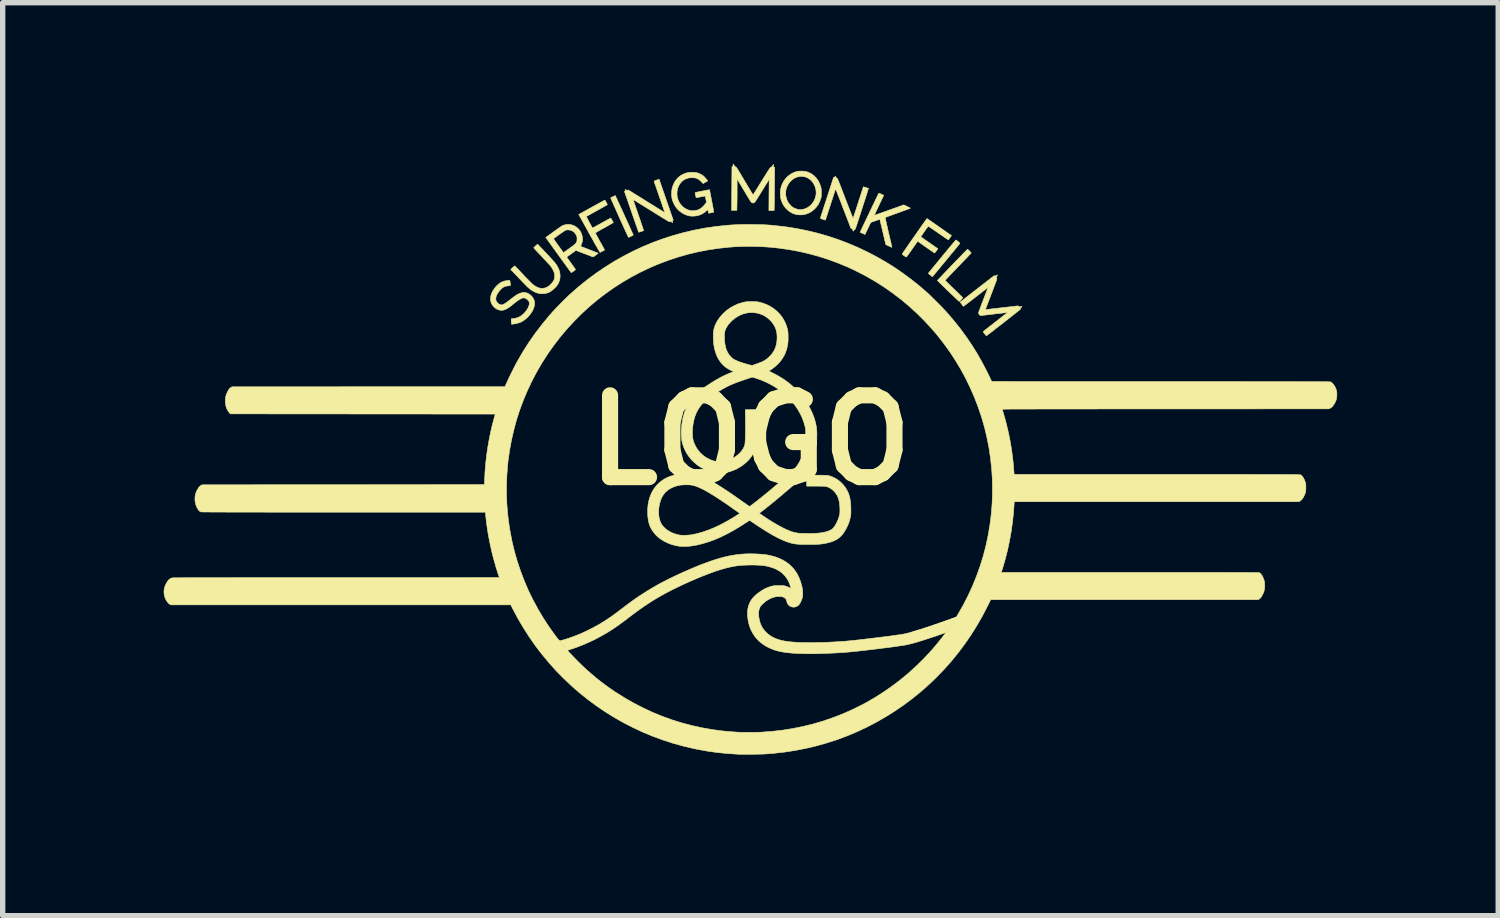
<source format=kicad_pcb>
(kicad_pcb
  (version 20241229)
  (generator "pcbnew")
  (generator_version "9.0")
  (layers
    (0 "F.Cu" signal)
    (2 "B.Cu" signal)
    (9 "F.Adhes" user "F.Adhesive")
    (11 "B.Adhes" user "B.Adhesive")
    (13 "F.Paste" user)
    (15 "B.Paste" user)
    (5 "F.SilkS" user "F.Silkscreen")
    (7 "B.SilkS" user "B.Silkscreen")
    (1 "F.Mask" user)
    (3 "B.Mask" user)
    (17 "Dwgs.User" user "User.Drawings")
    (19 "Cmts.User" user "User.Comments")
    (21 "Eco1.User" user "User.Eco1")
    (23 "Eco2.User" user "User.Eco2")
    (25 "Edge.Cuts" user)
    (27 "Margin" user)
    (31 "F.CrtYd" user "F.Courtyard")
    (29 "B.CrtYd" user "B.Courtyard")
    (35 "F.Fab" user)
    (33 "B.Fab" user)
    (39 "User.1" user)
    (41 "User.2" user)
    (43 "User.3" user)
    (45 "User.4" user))
  (footprint "LOGO"
    (layer "F.Cu")
    (at 10.926 5.148)
    (property "Reference" "LOGO" (at 0 0 0) (layer "F.SilkS") (effects (font (size 1.524 1.524) (thickness 0.3))))
    (attr through_hole)
    (fp_poly (pts (xy -2.497 -4.518) (xy -2.479 -4.478) (xy -2.459 -4.434) (xy -2.438 -4.389) (xy -2.416 -4.341) (xy -2.394 -4.292) (xy -2.371 -4.243) (xy -2.349 -4.194) (xy -2.327 -4.145) (xy -2.305 -4.097) (xy -2.284 -4.051) (xy -2.264 -4.008) (xy -2.246 -3.968) (xy -2.23 -3.931) (xy -2.215 -3.898) (xy -2.202 -3.871) (xy -2.192 -3.848) (xy -2.185 -3.832) (xy -2.181 -3.822) (xy -2.18 -3.82) (xy -2.184 -3.817) (xy -2.193 -3.811) (xy -2.207 -3.804) (xy -2.224 -3.796) (xy -2.241 -3.787) (xy -2.257 -3.78) (xy -2.265 -3.777) (xy -2.269 -3.779) (xy -2.274 -3.787) (xy -2.275 -3.788) (xy -2.281 -3.8) (xy -2.29 -3.819) (xy -2.301 -3.844) (xy -2.315 -3.873) (xy -2.331 -3.907) (xy -2.348 -3.945) (xy -2.366 -3.985) (xy -2.386 -4.028) (xy -2.406 -4.073) (xy -2.427 -4.118) (xy -2.447 -4.164) (xy -2.468 -4.21) (xy -2.488 -4.255) (xy -2.507 -4.298) (xy -2.526 -4.34) (xy -2.543 -4.378) (xy -2.558 -4.413) (xy -2.572 -4.443) (xy -2.583 -4.469) (xy -2.592 -4.49) (xy -2.598 -4.504) (xy -2.601 -4.512) (xy -2.601 -4.513) (xy -2.596 -4.516) (xy -2.585 -4.522) (xy -2.569 -4.529) (xy -2.556 -4.536) (xy -2.514 -4.555) (xy -2.497 -4.518)) (stroke (width 0.01) (type solid)) (fill yes) (layer "F.SilkS"))
    (fp_poly (pts (xy 3.834 -3.726) (xy 3.843 -3.72) (xy 3.856 -3.711) (xy 3.869 -3.7) (xy 3.883 -3.688) (xy 3.894 -3.678) (xy 3.902 -3.67) (xy 3.904 -3.666) (xy 3.901 -3.662) (xy 3.894 -3.652) (xy 3.881 -3.637) (xy 3.865 -3.617) (xy 3.845 -3.592) (xy 3.822 -3.564) (xy 3.797 -3.533) (xy 3.769 -3.499) (xy 3.739 -3.463) (xy 3.708 -3.426) (xy 3.677 -3.387) (xy 3.645 -3.348) (xy 3.612 -3.309) (xy 3.581 -3.271) (xy 3.55 -3.234) (xy 3.521 -3.198) (xy 3.493 -3.165) (xy 3.468 -3.135) (xy 3.446 -3.108) (xy 3.427 -3.085) (xy 3.411 -3.067) (xy 3.4 -3.054) (xy 3.393 -3.046) (xy 3.391 -3.044) (xy 3.387 -3.047) (xy 3.378 -3.054) (xy 3.365 -3.064) (xy 3.353 -3.074) (xy 3.338 -3.086) (xy 3.326 -3.097) (xy 3.318 -3.104) (xy 3.316 -3.107) (xy 3.318 -3.11) (xy 3.326 -3.12) (xy 3.338 -3.135) (xy 3.354 -3.155) (xy 3.374 -3.179) (xy 3.396 -3.207) (xy 3.422 -3.238) (xy 3.45 -3.272) (xy 3.479 -3.308) (xy 3.51 -3.345) (xy 3.542 -3.384) (xy 3.574 -3.423) (xy 3.606 -3.462) (xy 3.638 -3.5) (xy 3.668 -3.537) (xy 3.698 -3.573) (xy 3.725 -3.606) (xy 3.751 -3.636) (xy 3.773 -3.663) (xy 3.793 -3.686) (xy 3.808 -3.705) (xy 3.82 -3.718) (xy 3.827 -3.726) (xy 3.829 -3.728) (xy 3.834 -3.726)) (stroke (width 0.01) (type solid)) (fill yes) (layer "F.SilkS"))
    (fp_poly (pts (xy 4.051 -3.553) (xy 4.059 -3.546) (xy 4.071 -3.535) (xy 4.083 -3.522) (xy 4.095 -3.509) (xy 4.105 -3.498) (xy 4.112 -3.489) (xy 4.114 -3.485) (xy 4.114 -3.485) (xy 4.111 -3.482) (xy 4.103 -3.472) (xy 4.089 -3.458) (xy 4.071 -3.439) (xy 4.049 -3.415) (xy 4.023 -3.388) (xy 3.993 -3.358) (xy 3.961 -3.324) (xy 3.927 -3.289) (xy 3.891 -3.251) (xy 3.87 -3.23) (xy 3.833 -3.191) (xy 3.798 -3.154) (xy 3.764 -3.12) (xy 3.734 -3.088) (xy 3.706 -3.059) (xy 3.682 -3.033) (xy 3.662 -3.012) (xy 3.646 -2.995) (xy 3.636 -2.983) (xy 3.63 -2.976) (xy 3.629 -2.975) (xy 3.632 -2.971) (xy 3.641 -2.963) (xy 3.655 -2.949) (xy 3.673 -2.931) (xy 3.695 -2.91) (xy 3.72 -2.885) (xy 3.748 -2.858) (xy 3.778 -2.829) (xy 3.793 -2.815) (xy 3.824 -2.785) (xy 3.853 -2.757) (xy 3.88 -2.731) (xy 3.903 -2.708) (xy 3.923 -2.688) (xy 3.939 -2.673) (xy 3.951 -2.661) (xy 3.956 -2.655) (xy 3.957 -2.654) (xy 3.955 -2.65) (xy 3.948 -2.642) (xy 3.938 -2.63) (xy 3.927 -2.617) (xy 3.915 -2.605) (xy 3.904 -2.593) (xy 3.895 -2.586) (xy 3.891 -2.582) (xy 3.891 -2.582) (xy 3.887 -2.585) (xy 3.878 -2.593) (xy 3.864 -2.607) (xy 3.845 -2.624) (xy 3.822 -2.646) (xy 3.796 -2.671) (xy 3.767 -2.699) (xy 3.735 -2.729) (xy 3.701 -2.762) (xy 3.687 -2.776) (xy 3.652 -2.809) (xy 3.62 -2.841) (xy 3.59 -2.87) (xy 3.562 -2.897) (xy 3.538 -2.92) (xy 3.518 -2.94) (xy 3.503 -2.956) (xy 3.492 -2.967) (xy 3.487 -2.973) (xy 3.486 -2.974) (xy 3.489 -2.978) (xy 3.497 -2.987) (xy 3.51 -3.001) (xy 3.528 -3.02) (xy 3.55 -3.043) (xy 3.575 -3.069) (xy 3.602 -3.098) (xy 3.633 -3.13) (xy 3.665 -3.164) (xy 3.699 -3.199) (xy 3.733 -3.235) (xy 3.768 -3.271) (xy 3.804 -3.308) (xy 3.838 -3.344) (xy 3.872 -3.378) (xy 3.904 -3.411) (xy 3.934 -3.442) (xy 3.961 -3.471) (xy 3.986 -3.496) (xy 4.007 -3.517) (xy 4.024 -3.534) (xy 4.037 -3.547) (xy 4.044 -3.554) (xy 4.046 -3.556) (xy 4.051 -3.553)) (stroke (width 0.01) (type solid)) (fill yes) (layer "F.SilkS"))
    (fp_poly (pts (xy 0.979 -5.01) (xy 1.01 -5.007) (xy 1.037 -5.003) (xy 1.047 -5) (xy 1.099 -4.981) (xy 1.147 -4.955) (xy 1.19 -4.922) (xy 1.228 -4.882) (xy 1.261 -4.837) (xy 1.288 -4.786) (xy 1.309 -4.73) (xy 1.313 -4.716) (xy 1.317 -4.701) (xy 1.319 -4.688) (xy 1.321 -4.673) (xy 1.322 -4.656) (xy 1.323 -4.634) (xy 1.323 -4.606) (xy 1.322 -4.578) (xy 1.322 -4.557) (xy 1.321 -4.541) (xy 1.319 -4.527) (xy 1.317 -4.515) (xy 1.313 -4.501) (xy 1.311 -4.494) (xy 1.29 -4.437) (xy 1.262 -4.385) (xy 1.229 -4.339) (xy 1.19 -4.298) (xy 1.146 -4.262) (xy 1.098 -4.234) (xy 1.046 -4.213) (xy 1.016 -4.204) (xy 0.984 -4.198) (xy 0.948 -4.196) (xy 0.911 -4.196) (xy 0.876 -4.199) (xy 0.858 -4.202) (xy 0.806 -4.217) (xy 0.758 -4.24) (xy 0.713 -4.27) (xy 0.673 -4.306) (xy 0.637 -4.347) (xy 0.607 -4.394) (xy 0.584 -4.445) (xy 0.571 -4.485) (xy 0.566 -4.51) (xy 0.562 -4.541) (xy 0.56 -4.574) (xy 0.559 -4.609) (xy 0.559 -4.611) (xy 0.658 -4.611) (xy 0.66 -4.56) (xy 0.671 -4.508) (xy 0.677 -4.489) (xy 0.691 -4.454) (xy 0.707 -4.424) (xy 0.728 -4.397) (xy 0.75 -4.373) (xy 0.768 -4.355) (xy 0.785 -4.341) (xy 0.803 -4.33) (xy 0.817 -4.323) (xy 0.836 -4.315) (xy 0.856 -4.307) (xy 0.872 -4.302) (xy 0.876 -4.301) (xy 0.891 -4.299) (xy 0.903 -4.296) (xy 0.908 -4.295) (xy 0.921 -4.294) (xy 0.94 -4.294) (xy 0.961 -4.296) (xy 0.982 -4.3) (xy 1.001 -4.304) (xy 1.009 -4.306) (xy 1.055 -4.326) (xy 1.097 -4.352) (xy 1.134 -4.385) (xy 1.166 -4.424) (xy 1.191 -4.467) (xy 1.211 -4.515) (xy 1.223 -4.566) (xy 1.224 -4.572) (xy 1.226 -4.614) (xy 1.222 -4.659) (xy 1.212 -4.704) (xy 1.196 -4.746) (xy 1.192 -4.752) (xy 1.166 -4.797) (xy 1.135 -4.834) (xy 1.099 -4.865) (xy 1.059 -4.888) (xy 1.027 -4.901) (xy 0.983 -4.91) (xy 0.939 -4.912) (xy 0.895 -4.906) (xy 0.852 -4.893) (xy 0.811 -4.872) (xy 0.773 -4.845) (xy 0.739 -4.811) (xy 0.732 -4.802) (xy 0.701 -4.757) (xy 0.679 -4.71) (xy 0.664 -4.661) (xy 0.658 -4.611) (xy 0.559 -4.611) (xy 0.56 -4.64) (xy 0.563 -4.667) (xy 0.563 -4.669) (xy 0.576 -4.724) (xy 0.597 -4.777) (xy 0.624 -4.827) (xy 0.658 -4.872) (xy 0.697 -4.913) (xy 0.742 -4.947) (xy 0.79 -4.976) (xy 0.843 -4.997) (xy 0.859 -5.002) (xy 0.883 -5.007) (xy 0.913 -5.01) (xy 0.945 -5.011) (xy 0.979 -5.01)) (stroke (width 0.01) (type solid)) (fill yes) (layer "F.SilkS"))
    (fp_poly (pts (xy -3.959 -3.645) (xy -3.949 -3.636) (xy -3.936 -3.622) (xy -3.918 -3.604) (xy -3.897 -3.582) (xy -3.874 -3.558) (xy -3.849 -3.532) (xy -3.823 -3.504) (xy -3.796 -3.475) (xy -3.769 -3.447) (xy -3.743 -3.419) (xy -3.719 -3.392) (xy -3.696 -3.368) (xy -3.677 -3.346) (xy -3.66 -3.328) (xy -3.648 -3.314) (xy -3.64 -3.305) (xy -3.64 -3.304) (xy -3.607 -3.259) (xy -3.582 -3.215) (xy -3.563 -3.173) (xy -3.551 -3.13) (xy -3.544 -3.086) (xy -3.543 -3.058) (xy -3.546 -3.012) (xy -3.555 -2.97) (xy -3.572 -2.928) (xy -3.578 -2.916) (xy -3.587 -2.899) (xy -3.598 -2.884) (xy -3.611 -2.868) (xy -3.627 -2.849) (xy -3.641 -2.836) (xy -3.674 -2.805) (xy -3.704 -2.78) (xy -3.734 -2.761) (xy -3.765 -2.747) (xy -3.798 -2.736) (xy -3.814 -2.732) (xy -3.842 -2.728) (xy -3.874 -2.727) (xy -3.906 -2.728) (xy -3.935 -2.732) (xy -3.939 -2.732) (xy -3.988 -2.747) (xy -4.037 -2.77) (xy -4.085 -2.799) (xy -4.131 -2.836) (xy -4.148 -2.851) (xy -4.159 -2.862) (xy -4.175 -2.878) (xy -4.195 -2.898) (xy -4.218 -2.922) (xy -4.244 -2.949) (xy -4.27 -2.976) (xy -4.296 -3.003) (xy -4.322 -3.031) (xy -4.348 -3.058) (xy -4.372 -3.084) (xy -4.394 -3.106) (xy -4.412 -3.126) (xy -4.426 -3.141) (xy -4.436 -3.15) (xy -4.436 -3.15) (xy -4.463 -3.179) (xy -4.428 -3.212) (xy -4.414 -3.225) (xy -4.402 -3.236) (xy -4.393 -3.243) (xy -4.39 -3.246) (xy -4.387 -3.243) (xy -4.378 -3.235) (xy -4.365 -3.222) (xy -4.347 -3.204) (xy -4.326 -3.183) (xy -4.303 -3.158) (xy -4.277 -3.131) (xy -4.249 -3.102) (xy -4.211 -3.061) (xy -4.177 -3.026) (xy -4.148 -2.996) (xy -4.123 -2.971) (xy -4.102 -2.95) (xy -4.085 -2.932) (xy -4.069 -2.917) (xy -4.056 -2.906) (xy -4.045 -2.896) (xy -4.034 -2.887) (xy -4.024 -2.88) (xy -4.022 -2.879) (xy -3.979 -2.853) (xy -3.938 -2.836) (xy -3.897 -2.827) (xy -3.858 -2.827) (xy -3.82 -2.835) (xy -3.783 -2.851) (xy -3.747 -2.876) (xy -3.726 -2.894) (xy -3.696 -2.925) (xy -3.673 -2.955) (xy -3.657 -2.985) (xy -3.648 -3.017) (xy -3.644 -3.051) (xy -3.644 -3.059) (xy -3.648 -3.099) (xy -3.66 -3.141) (xy -3.681 -3.183) (xy -3.709 -3.228) (xy -3.725 -3.248) (xy -3.733 -3.257) (xy -3.746 -3.272) (xy -3.764 -3.291) (xy -3.785 -3.314) (xy -3.809 -3.341) (xy -3.836 -3.369) (xy -3.864 -3.399) (xy -3.892 -3.429) (xy -3.92 -3.458) (xy -3.947 -3.486) (xy -3.971 -3.512) (xy -3.992 -3.534) (xy -4.009 -3.553) (xy -4.022 -3.567) (xy -4.031 -3.577) (xy -4.034 -3.581) (xy -4.034 -3.581) (xy -4.031 -3.586) (xy -4.024 -3.594) (xy -4.013 -3.605) (xy -4 -3.617) (xy -3.988 -3.629) (xy -3.976 -3.639) (xy -3.967 -3.646) (xy -3.963 -3.649) (xy -3.963 -3.649) (xy -3.959 -3.645)) (stroke (width 0.01) (type solid)) (fill yes) (layer "F.SilkS"))
    (fp_poly (pts (xy 3.294 -4.125) (xy 3.304 -4.118) (xy 3.32 -4.107) (xy 3.341 -4.093) (xy 3.366 -4.076) (xy 3.395 -4.056) (xy 3.427 -4.034) (xy 3.461 -4.01) (xy 3.498 -3.984) (xy 3.535 -3.958) (xy 3.574 -3.931) (xy 3.612 -3.905) (xy 3.649 -3.878) (xy 3.685 -3.853) (xy 3.705 -3.839) (xy 3.747 -3.81) (xy 3.72 -3.771) (xy 3.708 -3.755) (xy 3.699 -3.742) (xy 3.692 -3.734) (xy 3.688 -3.731) (xy 3.684 -3.733) (xy 3.674 -3.739) (xy 3.658 -3.75) (xy 3.637 -3.764) (xy 3.612 -3.781) (xy 3.583 -3.801) (xy 3.551 -3.823) (xy 3.517 -3.847) (xy 3.501 -3.858) (xy 3.458 -3.888) (xy 3.421 -3.914) (xy 3.391 -3.934) (xy 3.366 -3.951) (xy 3.346 -3.964) (xy 3.332 -3.973) (xy 3.321 -3.979) (xy 3.315 -3.982) (xy 3.312 -3.982) (xy 3.308 -3.977) (xy 3.3 -3.966) (xy 3.289 -3.951) (xy 3.276 -3.933) (xy 3.261 -3.912) (xy 3.246 -3.89) (xy 3.23 -3.867) (xy 3.215 -3.845) (xy 3.202 -3.826) (xy 3.19 -3.809) (xy 3.182 -3.796) (xy 3.177 -3.789) (xy 3.176 -3.787) (xy 3.179 -3.784) (xy 3.189 -3.777) (xy 3.205 -3.767) (xy 3.225 -3.752) (xy 3.249 -3.735) (xy 3.277 -3.716) (xy 3.308 -3.695) (xy 3.334 -3.677) (xy 3.366 -3.654) (xy 3.396 -3.633) (xy 3.423 -3.614) (xy 3.447 -3.597) (xy 3.466 -3.584) (xy 3.481 -3.574) (xy 3.49 -3.568) (xy 3.492 -3.566) (xy 3.491 -3.562) (xy 3.485 -3.553) (xy 3.477 -3.541) (xy 3.467 -3.527) (xy 3.456 -3.513) (xy 3.446 -3.5) (xy 3.438 -3.491) (xy 3.433 -3.486) (xy 3.432 -3.485) (xy 3.427 -3.488) (xy 3.417 -3.495) (xy 3.401 -3.506) (xy 3.38 -3.52) (xy 3.356 -3.537) (xy 3.328 -3.556) (xy 3.299 -3.577) (xy 3.291 -3.582) (xy 3.26 -3.604) (xy 3.231 -3.624) (xy 3.204 -3.643) (xy 3.18 -3.66) (xy 3.16 -3.674) (xy 3.146 -3.684) (xy 3.137 -3.69) (xy 3.136 -3.691) (xy 3.116 -3.704) (xy 3.013 -3.557) (xy 2.991 -3.526) (xy 2.971 -3.497) (xy 2.952 -3.471) (xy 2.936 -3.449) (xy 2.923 -3.431) (xy 2.913 -3.418) (xy 2.907 -3.411) (xy 2.906 -3.41) (xy 2.901 -3.411) (xy 2.891 -3.417) (xy 2.877 -3.426) (xy 2.865 -3.435) (xy 2.846 -3.448) (xy 2.835 -3.458) (xy 2.83 -3.465) (xy 2.83 -3.468) (xy 2.832 -3.472) (xy 2.839 -3.483) (xy 2.85 -3.499) (xy 2.865 -3.521) (xy 2.883 -3.547) (xy 2.904 -3.577) (xy 2.927 -3.61) (xy 2.952 -3.647) (xy 2.978 -3.685) (xy 3.006 -3.725) (xy 3.035 -3.766) (xy 3.064 -3.807) (xy 3.093 -3.849) (xy 3.121 -3.889) (xy 3.149 -3.929) (xy 3.175 -3.966) (xy 3.199 -4.001) (xy 3.222 -4.033) (xy 3.242 -4.061) (xy 3.259 -4.085) (xy 3.273 -4.104) (xy 3.283 -4.118) (xy 3.289 -4.126) (xy 3.29 -4.127) (xy 3.294 -4.125)) (stroke (width 0.01) (type solid)) (fill yes) (layer "F.SilkS"))
    (fp_poly (pts (xy -2.707 -4.467) (xy -2.701 -4.458) (xy -2.693 -4.445) (xy -2.684 -4.43) (xy -2.676 -4.415) (xy -2.669 -4.401) (xy -2.664 -4.391) (xy -2.663 -4.387) (xy -2.666 -4.384) (xy -2.677 -4.377) (xy -2.693 -4.368) (xy -2.715 -4.355) (xy -2.741 -4.34) (xy -2.772 -4.323) (xy -2.805 -4.304) (xy -2.842 -4.284) (xy -2.856 -4.275) (xy -2.894 -4.255) (xy -2.929 -4.235) (xy -2.961 -4.218) (xy -2.989 -4.202) (xy -3.013 -4.188) (xy -3.033 -4.178) (xy -3.046 -4.17) (xy -3.053 -4.166) (xy -3.054 -4.165) (xy -3.052 -4.161) (xy -3.048 -4.151) (xy -3.04 -4.136) (xy -3.03 -4.116) (xy -3.018 -4.094) (xy -3.006 -4.069) (xy -2.992 -4.045) (xy -2.979 -4.021) (xy -2.967 -3.998) (xy -2.956 -3.978) (xy -2.947 -3.962) (xy -2.941 -3.952) (xy -2.94 -3.951) (xy -2.936 -3.953) (xy -2.926 -3.958) (xy -2.91 -3.967) (xy -2.888 -3.979) (xy -2.862 -3.993) (xy -2.833 -4.009) (xy -2.8 -4.027) (xy -2.771 -4.043) (xy -2.737 -4.062) (xy -2.704 -4.08) (xy -2.675 -4.096) (xy -2.65 -4.11) (xy -2.629 -4.121) (xy -2.613 -4.13) (xy -2.603 -4.135) (xy -2.6 -4.136) (xy -2.597 -4.132) (xy -2.591 -4.123) (xy -2.583 -4.11) (xy -2.575 -4.095) (xy -2.566 -4.08) (xy -2.559 -4.066) (xy -2.554 -4.056) (xy -2.553 -4.052) (xy -2.556 -4.049) (xy -2.567 -4.043) (xy -2.583 -4.033) (xy -2.604 -4.021) (xy -2.63 -4.006) (xy -2.66 -3.989) (xy -2.692 -3.971) (xy -2.72 -3.956) (xy -2.763 -3.932) (xy -2.798 -3.912) (xy -2.827 -3.895) (xy -2.85 -3.882) (xy -2.866 -3.872) (xy -2.878 -3.864) (xy -2.884 -3.859) (xy -2.886 -3.856) (xy -2.883 -3.851) (xy -2.877 -3.84) (xy -2.868 -3.822) (xy -2.856 -3.8) (xy -2.841 -3.774) (xy -2.825 -3.744) (xy -2.807 -3.711) (xy -2.799 -3.696) (xy -2.78 -3.663) (xy -2.763 -3.633) (xy -2.748 -3.605) (xy -2.736 -3.582) (xy -2.725 -3.563) (xy -2.718 -3.549) (xy -2.715 -3.542) (xy -2.714 -3.541) (xy -2.721 -3.537) (xy -2.733 -3.531) (xy -2.748 -3.523) (xy -2.764 -3.514) (xy -2.779 -3.507) (xy -2.791 -3.501) (xy -2.798 -3.497) (xy -2.8 -3.497) (xy -2.803 -3.5) (xy -2.809 -3.511) (xy -2.819 -3.528) (xy -2.832 -3.55) (xy -2.848 -3.578) (xy -2.867 -3.611) (xy -2.888 -3.648) (xy -2.911 -3.689) (xy -2.935 -3.733) (xy -2.961 -3.779) (xy -2.985 -3.821) (xy -3.012 -3.87) (xy -3.038 -3.918) (xy -3.063 -3.963) (xy -3.087 -4.006) (xy -3.108 -4.045) (xy -3.128 -4.08) (xy -3.145 -4.111) (xy -3.159 -4.136) (xy -3.17 -4.156) (xy -3.177 -4.169) (xy -3.18 -4.174) (xy -3.196 -4.203) (xy -2.955 -4.337) (xy -2.913 -4.36) (xy -2.874 -4.382) (xy -2.837 -4.402) (xy -2.804 -4.42) (xy -2.775 -4.436) (xy -2.75 -4.449) (xy -2.731 -4.46) (xy -2.718 -4.467) (xy -2.711 -4.47) (xy -2.71 -4.47) (xy -2.707 -4.467)) (stroke (width 0.01) (type solid)) (fill yes) (layer "F.SilkS"))
    (fp_poly (pts (xy -4.48 -2.974) (xy -4.479 -2.973) (xy -4.478 -2.968) (xy -4.477 -2.956) (xy -4.474 -2.939) (xy -4.472 -2.926) (xy -4.47 -2.907) (xy -4.468 -2.892) (xy -4.468 -2.883) (xy -4.468 -2.88) (xy -4.472 -2.879) (xy -4.484 -2.877) (xy -4.499 -2.875) (xy -4.507 -2.874) (xy -4.543 -2.869) (xy -4.573 -2.861) (xy -4.599 -2.849) (xy -4.623 -2.832) (xy -4.647 -2.809) (xy -4.649 -2.808) (xy -4.68 -2.772) (xy -4.705 -2.736) (xy -4.724 -2.702) (xy -4.736 -2.669) (xy -4.741 -2.639) (xy -4.739 -2.611) (xy -4.734 -2.594) (xy -4.721 -2.572) (xy -4.703 -2.551) (xy -4.682 -2.535) (xy -4.66 -2.524) (xy -4.639 -2.519) (xy -4.637 -2.519) (xy -4.618 -2.522) (xy -4.594 -2.532) (xy -4.565 -2.548) (xy -4.532 -2.571) (xy -4.515 -2.584) (xy -4.478 -2.613) (xy -4.447 -2.636) (xy -4.421 -2.656) (xy -4.4 -2.672) (xy -4.382 -2.685) (xy -4.367 -2.695) (xy -4.354 -2.704) (xy -4.342 -2.711) (xy -4.331 -2.717) (xy -4.322 -2.722) (xy -4.28 -2.739) (xy -4.24 -2.749) (xy -4.202 -2.75) (xy -4.166 -2.743) (xy -4.131 -2.728) (xy -4.098 -2.704) (xy -4.078 -2.687) (xy -4.052 -2.655) (xy -4.033 -2.623) (xy -4.022 -2.589) (xy -4.018 -2.551) (xy -4.022 -2.51) (xy -4.024 -2.499) (xy -4.036 -2.456) (xy -4.056 -2.412) (xy -4.082 -2.369) (xy -4.113 -2.327) (xy -4.149 -2.288) (xy -4.188 -2.253) (xy -4.229 -2.223) (xy -4.272 -2.199) (xy -4.286 -2.193) (xy -4.317 -2.182) (xy -4.353 -2.173) (xy -4.392 -2.165) (xy -4.422 -2.161) (xy -4.448 -2.158) (xy -4.451 -2.187) (xy -4.452 -2.206) (xy -4.453 -2.225) (xy -4.453 -2.238) (xy -4.453 -2.259) (xy -4.412 -2.264) (xy -4.364 -2.273) (xy -4.32 -2.287) (xy -4.281 -2.308) (xy -4.243 -2.336) (xy -4.226 -2.351) (xy -4.191 -2.388) (xy -4.162 -2.427) (xy -4.139 -2.466) (xy -4.124 -2.504) (xy -4.121 -2.512) (xy -4.117 -2.531) (xy -4.115 -2.544) (xy -4.116 -2.556) (xy -4.119 -2.57) (xy -4.119 -2.571) (xy -4.128 -2.589) (xy -4.143 -2.608) (xy -4.161 -2.624) (xy -4.182 -2.638) (xy -4.203 -2.647) (xy -4.22 -2.65) (xy -4.241 -2.647) (xy -4.266 -2.637) (xy -4.296 -2.622) (xy -4.329 -2.601) (xy -4.365 -2.575) (xy -4.398 -2.548) (xy -4.441 -2.513) (xy -4.479 -2.484) (xy -4.513 -2.461) (xy -4.544 -2.443) (xy -4.573 -2.43) (xy -4.599 -2.422) (xy -4.625 -2.418) (xy -4.651 -2.418) (xy -4.654 -2.419) (xy -4.688 -2.426) (xy -4.722 -2.44) (xy -4.753 -2.461) (xy -4.781 -2.486) (xy -4.805 -2.516) (xy -4.823 -2.55) (xy -4.834 -2.582) (xy -4.837 -2.606) (xy -4.838 -2.633) (xy -4.837 -2.662) (xy -4.833 -2.688) (xy -4.832 -2.692) (xy -4.82 -2.731) (xy -4.8 -2.772) (xy -4.775 -2.813) (xy -4.745 -2.852) (xy -4.723 -2.876) (xy -4.685 -2.91) (xy -4.647 -2.936) (xy -4.607 -2.955) (xy -4.563 -2.967) (xy -4.516 -2.974) (xy -4.499 -2.975) (xy -4.486 -2.975) (xy -4.48 -2.974)) (stroke (width 0.01) (type solid)) (fill yes) (layer "F.SilkS"))
    (fp_poly (pts (xy -0.315 -5.14) (xy -0.309 -5.131) (xy -0.302 -5.118) (xy -0.302 -5.118) (xy -0.293 -5.104) (xy -0.287 -5.097) (xy -0.28 -5.093) (xy -0.275 -5.092) (xy -0.272 -5.091) (xy -0.269 -5.09) (xy -0.266 -5.087) (xy -0.262 -5.083) (xy -0.257 -5.076) (xy -0.25 -5.066) (xy -0.241 -5.053) (xy -0.23 -5.036) (xy -0.217 -5.014) (xy -0.201 -4.988) (xy -0.182 -4.956) (xy -0.16 -4.919) (xy -0.134 -4.875) (xy -0.107 -4.829) (xy -0.081 -4.786) (xy -0.057 -4.746) (xy -0.034 -4.708) (xy -0.013 -4.673) (xy 0.005 -4.642) (xy 0.021 -4.616) (xy 0.034 -4.595) (xy 0.043 -4.58) (xy 0.049 -4.57) (xy 0.051 -4.568) (xy 0.053 -4.571) (xy 0.06 -4.582) (xy 0.07 -4.598) (xy 0.084 -4.619) (xy 0.101 -4.646) (xy 0.12 -4.677) (xy 0.142 -4.712) (xy 0.165 -4.75) (xy 0.19 -4.79) (xy 0.212 -4.825) (xy 0.242 -4.874) (xy 0.269 -4.917) (xy 0.292 -4.953) (xy 0.311 -4.984) (xy 0.327 -5.01) (xy 0.34 -5.03) (xy 0.351 -5.047) (xy 0.36 -5.059) (xy 0.366 -5.069) (xy 0.372 -5.075) (xy 0.376 -5.08) (xy 0.379 -5.082) (xy 0.382 -5.083) (xy 0.383 -5.083) (xy 0.391 -5.085) (xy 0.398 -5.091) (xy 0.407 -5.102) (xy 0.413 -5.111) (xy 0.43 -5.137) (xy 0.431 -5.111) (xy 0.432 -5.096) (xy 0.433 -5.088) (xy 0.437 -5.085) (xy 0.442 -5.084) (xy 0.443 -5.084) (xy 0.453 -5.084) (xy 0.451 -4.774) (xy 0.45 -4.721) (xy 0.45 -4.667) (xy 0.449 -4.615) (xy 0.449 -4.565) (xy 0.448 -4.518) (xy 0.448 -4.476) (xy 0.447 -4.438) (xy 0.447 -4.406) (xy 0.446 -4.381) (xy 0.446 -4.37) (xy 0.444 -4.276) (xy 0.346 -4.276) (xy 0.348 -4.567) (xy 0.351 -4.858) (xy 0.337 -4.836) (xy 0.333 -4.829) (xy 0.324 -4.814) (xy 0.312 -4.795) (xy 0.296 -4.77) (xy 0.278 -4.741) (xy 0.258 -4.709) (xy 0.237 -4.674) (xy 0.214 -4.637) (xy 0.203 -4.619) (xy 0.177 -4.577) (xy 0.154 -4.541) (xy 0.136 -4.511) (xy 0.12 -4.486) (xy 0.108 -4.467) (xy 0.098 -4.452) (xy 0.09 -4.441) (xy 0.084 -4.433) (xy 0.079 -4.428) (xy 0.076 -4.425) (xy 0.073 -4.424) (xy 0.071 -4.424) (xy 0.061 -4.421) (xy 0.055 -4.417) (xy 0.05 -4.413) (xy 0.046 -4.415) (xy 0.044 -4.417) (xy 0.037 -4.422) (xy 0.028 -4.425) (xy 0.025 -4.425) (xy 0.022 -4.427) (xy 0.018 -4.431) (xy 0.013 -4.437) (xy 0.006 -4.446) (xy -0.002 -4.459) (xy -0.012 -4.475) (xy -0.025 -4.496) (xy -0.041 -4.522) (xy -0.06 -4.553) (xy -0.082 -4.591) (xy -0.108 -4.635) (xy -0.115 -4.646) (xy -0.246 -4.866) (xy -0.246 -4.707) (xy -0.246 -4.663) (xy -0.246 -4.615) (xy -0.246 -4.566) (xy -0.247 -4.516) (xy -0.247 -4.47) (xy -0.248 -4.429) (xy -0.248 -4.414) (xy -0.251 -4.28) (xy -0.349 -4.28) (xy -0.348 -4.374) (xy -0.348 -4.394) (xy -0.348 -4.422) (xy -0.347 -4.456) (xy -0.347 -4.496) (xy -0.347 -4.541) (xy -0.346 -4.589) (xy -0.346 -4.64) (xy -0.345 -4.693) (xy -0.345 -4.746) (xy -0.345 -4.78) (xy -0.342 -5.093) (xy -0.332 -5.093) (xy -0.326 -5.093) (xy -0.323 -5.096) (xy -0.322 -5.104) (xy -0.322 -5.118) (xy -0.321 -5.131) (xy -0.32 -5.141) (xy -0.319 -5.143) (xy -0.315 -5.14)) (stroke (width 0.01) (type solid)) (fill yes) (layer "F.SilkS"))
    (fp_poly (pts (xy 2.397 -4.598) (xy 2.408 -4.595) (xy 2.423 -4.589) (xy 2.44 -4.581) (xy 2.485 -4.56) (xy 2.47 -4.529) (xy 2.465 -4.518) (xy 2.457 -4.501) (xy 2.446 -4.478) (xy 2.433 -4.451) (xy 2.418 -4.42) (xy 2.402 -4.386) (xy 2.386 -4.351) (xy 2.382 -4.343) (xy 2.366 -4.31) (xy 2.351 -4.279) (xy 2.338 -4.251) (xy 2.327 -4.227) (xy 2.318 -4.208) (xy 2.312 -4.195) (xy 2.309 -4.188) (xy 2.309 -4.188) (xy 2.313 -4.189) (xy 2.325 -4.192) (xy 2.343 -4.199) (xy 2.367 -4.207) (xy 2.397 -4.217) (xy 2.431 -4.229) (xy 2.469 -4.243) (xy 2.511 -4.258) (xy 2.556 -4.273) (xy 2.585 -4.284) (xy 2.859 -4.382) (xy 2.921 -4.352) (xy 2.942 -4.342) (xy 2.959 -4.333) (xy 2.973 -4.326) (xy 2.981 -4.321) (xy 2.982 -4.32) (xy 2.979 -4.318) (xy 2.967 -4.313) (xy 2.95 -4.307) (xy 2.926 -4.298) (xy 2.897 -4.287) (xy 2.864 -4.275) (xy 2.827 -4.262) (xy 2.787 -4.247) (xy 2.748 -4.233) (xy 2.706 -4.218) (xy 2.666 -4.204) (xy 2.629 -4.19) (xy 2.596 -4.178) (xy 2.567 -4.168) (xy 2.544 -4.159) (xy 2.526 -4.153) (xy 2.515 -4.149) (xy 2.512 -4.147) (xy 2.512 -4.143) (xy 2.515 -4.131) (xy 2.519 -4.112) (xy 2.524 -4.087) (xy 2.531 -4.056) (xy 2.539 -4.021) (xy 2.548 -3.982) (xy 2.558 -3.939) (xy 2.568 -3.893) (xy 2.573 -3.872) (xy 2.584 -3.825) (xy 2.595 -3.781) (xy 2.604 -3.74) (xy 2.613 -3.702) (xy 2.621 -3.669) (xy 2.627 -3.641) (xy 2.632 -3.619) (xy 2.635 -3.604) (xy 2.637 -3.596) (xy 2.637 -3.594) (xy 2.637 -3.592) (xy 2.635 -3.591) (xy 2.631 -3.592) (xy 2.624 -3.595) (xy 2.612 -3.6) (xy 2.594 -3.609) (xy 2.578 -3.616) (xy 2.559 -3.625) (xy 2.543 -3.633) (xy 2.531 -3.639) (xy 2.525 -3.642) (xy 2.524 -3.643) (xy 2.523 -3.647) (xy 2.52 -3.658) (xy 2.515 -3.677) (xy 2.51 -3.702) (xy 2.502 -3.731) (xy 2.494 -3.766) (xy 2.485 -3.804) (xy 2.476 -3.845) (xy 2.468 -3.878) (xy 2.458 -3.921) (xy 2.448 -3.962) (xy 2.439 -3.999) (xy 2.431 -4.032) (xy 2.425 -4.061) (xy 2.419 -4.084) (xy 2.415 -4.101) (xy 2.413 -4.111) (xy 2.412 -4.113) (xy 2.408 -4.112) (xy 2.397 -4.109) (xy 2.381 -4.103) (xy 2.362 -4.097) (xy 2.34 -4.089) (xy 2.318 -4.081) (xy 2.296 -4.073) (xy 2.276 -4.066) (xy 2.26 -4.06) (xy 2.249 -4.055) (xy 2.244 -4.053) (xy 2.244 -4.053) (xy 2.241 -4.048) (xy 2.235 -4.037) (xy 2.227 -4.02) (xy 2.216 -3.998) (xy 2.204 -3.973) (xy 2.191 -3.946) (xy 2.189 -3.941) (xy 2.176 -3.914) (xy 2.163 -3.888) (xy 2.153 -3.866) (xy 2.144 -3.849) (xy 2.139 -3.837) (xy 2.136 -3.832) (xy 2.136 -3.832) (xy 2.132 -3.833) (xy 2.122 -3.837) (xy 2.108 -3.843) (xy 2.092 -3.849) (xy 2.076 -3.857) (xy 2.061 -3.863) (xy 2.051 -3.869) (xy 2.045 -3.872) (xy 2.047 -3.876) (xy 2.052 -3.886) (xy 2.06 -3.904) (xy 2.071 -3.927) (xy 2.084 -3.955) (xy 2.099 -3.987) (xy 2.116 -4.023) (xy 2.135 -4.063) (xy 2.155 -4.105) (xy 2.176 -4.148) (xy 2.197 -4.193) (xy 2.219 -4.239) (xy 2.24 -4.284) (xy 2.262 -4.329) (xy 2.283 -4.373) (xy 2.303 -4.414) (xy 2.321 -4.453) (xy 2.338 -4.489) (xy 2.354 -4.521) (xy 2.367 -4.548) (xy 2.378 -4.57) (xy 2.386 -4.586) (xy 2.391 -4.596) (xy 2.392 -4.599) (xy 2.397 -4.598)) (stroke (width 0.01) (type solid)) (fill yes) (layer "F.SilkS"))
    (fp_poly (pts (xy 1.588 -4.911) (xy 1.592 -4.902) (xy 1.598 -4.89) (xy 1.606 -4.883) (xy 1.611 -4.881) (xy 1.613 -4.88) (xy 1.615 -4.879) (xy 1.618 -4.877) (xy 1.62 -4.873) (xy 1.624 -4.867) (xy 1.628 -4.86) (xy 1.633 -4.849) (xy 1.639 -4.835) (xy 1.646 -4.817) (xy 1.655 -4.795) (xy 1.665 -4.768) (xy 1.678 -4.737) (xy 1.692 -4.699) (xy 1.709 -4.655) (xy 1.728 -4.605) (xy 1.751 -4.547) (xy 1.768 -4.502) (xy 1.788 -4.449) (xy 1.808 -4.398) (xy 1.827 -4.349) (xy 1.844 -4.304) (xy 1.86 -4.263) (xy 1.875 -4.227) (xy 1.887 -4.195) (xy 1.898 -4.17) (xy 1.906 -4.15) (xy 1.911 -4.137) (xy 1.914 -4.131) (xy 1.914 -4.131) (xy 1.916 -4.135) (xy 1.92 -4.147) (xy 1.926 -4.166) (xy 1.934 -4.191) (xy 1.944 -4.221) (xy 1.956 -4.256) (xy 1.969 -4.295) (xy 1.983 -4.338) (xy 1.997 -4.384) (xy 2.011 -4.426) (xy 2.026 -4.474) (xy 2.041 -4.519) (xy 2.055 -4.561) (xy 2.067 -4.6) (xy 2.078 -4.634) (xy 2.088 -4.664) (xy 2.096 -4.687) (xy 2.101 -4.705) (xy 2.105 -4.716) (xy 2.106 -4.719) (xy 2.11 -4.718) (xy 2.12 -4.715) (xy 2.134 -4.711) (xy 2.151 -4.705) (xy 2.167 -4.7) (xy 2.182 -4.695) (xy 2.194 -4.691) (xy 2.2 -4.688) (xy 2.201 -4.688) (xy 2.2 -4.684) (xy 2.196 -4.672) (xy 2.19 -4.654) (xy 2.182 -4.629) (xy 2.173 -4.598) (xy 2.161 -4.562) (xy 2.148 -4.521) (xy 2.134 -4.476) (xy 2.118 -4.428) (xy 2.101 -4.376) (xy 2.084 -4.322) (xy 2.078 -4.303) (xy 2.057 -4.239) (xy 2.039 -4.183) (xy 2.023 -4.133) (xy 2.009 -4.09) (xy 1.997 -4.054) (xy 1.987 -4.023) (xy 1.978 -3.997) (xy 1.971 -3.976) (xy 1.965 -3.959) (xy 1.96 -3.946) (xy 1.956 -3.936) (xy 1.953 -3.929) (xy 1.95 -3.925) (xy 1.948 -3.922) (xy 1.946 -3.921) (xy 1.944 -3.921) (xy 1.944 -3.921) (xy 1.936 -3.92) (xy 1.931 -3.914) (xy 1.929 -3.909) (xy 1.924 -3.897) (xy 1.92 -3.893) (xy 1.915 -3.897) (xy 1.909 -3.909) (xy 1.904 -3.921) (xy 1.901 -3.93) (xy 1.901 -3.933) (xy 1.897 -3.936) (xy 1.888 -3.939) (xy 1.887 -3.94) (xy 1.874 -3.944) (xy 1.732 -4.313) (xy 1.711 -4.366) (xy 1.692 -4.417) (xy 1.673 -4.465) (xy 1.656 -4.51) (xy 1.64 -4.55) (xy 1.626 -4.586) (xy 1.614 -4.617) (xy 1.604 -4.643) (xy 1.596 -4.662) (xy 1.591 -4.675) (xy 1.589 -4.68) (xy 1.589 -4.681) (xy 1.587 -4.676) (xy 1.584 -4.665) (xy 1.577 -4.647) (xy 1.569 -4.622) (xy 1.56 -4.592) (xy 1.548 -4.557) (xy 1.536 -4.518) (xy 1.522 -4.476) (xy 1.507 -4.43) (xy 1.494 -4.39) (xy 1.479 -4.342) (xy 1.464 -4.297) (xy 1.45 -4.255) (xy 1.438 -4.216) (xy 1.427 -4.182) (xy 1.417 -4.153) (xy 1.409 -4.129) (xy 1.404 -4.112) (xy 1.4 -4.102) (xy 1.399 -4.098) (xy 1.395 -4.099) (xy 1.384 -4.102) (xy 1.368 -4.107) (xy 1.35 -4.113) (xy 1.328 -4.121) (xy 1.313 -4.127) (xy 1.305 -4.132) (xy 1.305 -4.134) (xy 1.306 -4.139) (xy 1.31 -4.151) (xy 1.316 -4.17) (xy 1.324 -4.195) (xy 1.334 -4.227) (xy 1.346 -4.263) (xy 1.359 -4.304) (xy 1.374 -4.35) (xy 1.39 -4.399) (xy 1.407 -4.45) (xy 1.424 -4.504) (xy 1.429 -4.519) (xy 1.552 -4.898) (xy 1.563 -4.896) (xy 1.571 -4.896) (xy 1.575 -4.901) (xy 1.577 -4.907) (xy 1.58 -4.916) (xy 1.584 -4.918) (xy 1.588 -4.911)) (stroke (width 0.01) (type solid)) (fill yes) (layer "F.SilkS"))
    (fp_poly (pts (xy -1.568 -4.481) (xy -1.55 -4.427) (xy -1.532 -4.375) (xy -1.515 -4.326) (xy -1.499 -4.28) (xy -1.484 -4.238) (xy -1.471 -4.2) (xy -1.46 -4.168) (xy -1.451 -4.141) (xy -1.443 -4.12) (xy -1.438 -4.106) (xy -1.436 -4.099) (xy -1.436 -4.099) (xy -1.438 -4.093) (xy -1.443 -4.091) (xy -1.449 -4.088) (xy -1.452 -4.084) (xy -1.45 -4.076) (xy -1.447 -4.069) (xy -1.445 -4.059) (xy -1.445 -4.053) (xy -1.445 -4.053) (xy -1.45 -4.053) (xy -1.459 -4.058) (xy -1.468 -4.063) (xy -1.481 -4.07) (xy -1.49 -4.073) (xy -1.496 -4.072) (xy -1.506 -4.069) (xy -1.513 -4.069) (xy -1.518 -4.072) (xy -1.529 -4.078) (xy -1.547 -4.089) (xy -1.57 -4.103) (xy -1.598 -4.12) (xy -1.631 -4.14) (xy -1.668 -4.163) (xy -1.709 -4.188) (xy -1.752 -4.215) (xy -1.799 -4.244) (xy -1.847 -4.274) (xy -1.852 -4.277) (xy -1.9 -4.307) (xy -1.946 -4.336) (xy -1.989 -4.362) (xy -2.03 -4.387) (xy -2.066 -4.41) (xy -2.099 -4.43) (xy -2.127 -4.448) (xy -2.15 -4.462) (xy -2.167 -4.472) (xy -2.178 -4.479) (xy -2.183 -4.482) (xy -2.183 -4.482) (xy -2.182 -4.477) (xy -2.178 -4.466) (xy -2.172 -4.448) (xy -2.164 -4.423) (xy -2.154 -4.394) (xy -2.142 -4.359) (xy -2.129 -4.32) (xy -2.114 -4.278) (xy -2.099 -4.233) (xy -2.085 -4.193) (xy -2.069 -4.146) (xy -2.053 -4.101) (xy -2.039 -4.059) (xy -2.026 -4.021) (xy -2.015 -3.987) (xy -2.005 -3.958) (xy -1.997 -3.934) (xy -1.992 -3.917) (xy -1.989 -3.906) (xy -1.988 -3.903) (xy -1.994 -3.9) (xy -2.006 -3.895) (xy -2.021 -3.89) (xy -2.037 -3.884) (xy -2.054 -3.879) (xy -2.067 -3.875) (xy -2.077 -3.873) (xy -2.08 -3.873) (xy -2.082 -3.877) (xy -2.086 -3.889) (xy -2.093 -3.908) (xy -2.101 -3.933) (xy -2.112 -3.963) (xy -2.125 -3.999) (xy -2.139 -4.04) (xy -2.155 -4.085) (xy -2.171 -4.133) (xy -2.189 -4.184) (xy -2.208 -4.238) (xy -2.211 -4.248) (xy -2.23 -4.302) (xy -2.248 -4.354) (xy -2.265 -4.403) (xy -2.281 -4.449) (xy -2.295 -4.491) (xy -2.308 -4.528) (xy -2.32 -4.561) (xy -2.329 -4.587) (xy -2.336 -4.608) (xy -2.341 -4.622) (xy -2.343 -4.628) (xy -2.343 -4.628) (xy -2.344 -4.635) (xy -2.337 -4.638) (xy -2.331 -4.641) (xy -2.329 -4.647) (xy -2.33 -4.655) (xy -2.332 -4.665) (xy -2.331 -4.669) (xy -2.331 -4.669) (xy -2.326 -4.667) (xy -2.317 -4.663) (xy -2.314 -4.66) (xy -2.302 -4.655) (xy -2.294 -4.654) (xy -2.288 -4.656) (xy -2.276 -4.659) (xy -2.268 -4.656) (xy -2.263 -4.653) (xy -2.252 -4.646) (xy -2.234 -4.635) (xy -2.211 -4.621) (xy -2.183 -4.603) (xy -2.15 -4.583) (xy -2.113 -4.56) (xy -2.072 -4.535) (xy -2.028 -4.508) (xy -1.982 -4.479) (xy -1.934 -4.449) (xy -1.927 -4.444) (xy -1.879 -4.414) (xy -1.833 -4.386) (xy -1.789 -4.359) (xy -1.749 -4.334) (xy -1.712 -4.311) (xy -1.679 -4.291) (xy -1.651 -4.273) (xy -1.627 -4.259) (xy -1.61 -4.248) (xy -1.598 -4.242) (xy -1.593 -4.239) (xy -1.593 -4.239) (xy -1.594 -4.243) (xy -1.598 -4.254) (xy -1.604 -4.273) (xy -1.612 -4.297) (xy -1.623 -4.327) (xy -1.634 -4.361) (xy -1.648 -4.4) (xy -1.662 -4.442) (xy -1.678 -4.488) (xy -1.692 -4.528) (xy -1.708 -4.575) (xy -1.724 -4.62) (xy -1.738 -4.662) (xy -1.752 -4.701) (xy -1.763 -4.735) (xy -1.774 -4.765) (xy -1.782 -4.789) (xy -1.788 -4.807) (xy -1.791 -4.818) (xy -1.792 -4.821) (xy -1.788 -4.826) (xy -1.777 -4.832) (xy -1.757 -4.839) (xy -1.746 -4.843) (xy -1.699 -4.859) (xy -1.568 -4.481)) (stroke (width 0.01) (type solid)) (fill yes) (layer "F.SilkS"))
    (fp_poly (pts (xy -1.058 -4.988) (xy -1.03 -4.987) (xy -1.006 -4.984) (xy -0.995 -4.981) (xy -0.957 -4.968) (xy -0.92 -4.95) (xy -0.886 -4.929) (xy -0.878 -4.923) (xy -0.866 -4.913) (xy -0.852 -4.899) (xy -0.838 -4.883) (xy -0.824 -4.867) (xy -0.811 -4.852) (xy -0.802 -4.84) (xy -0.797 -4.831) (xy -0.796 -4.828) (xy -0.799 -4.825) (xy -0.809 -4.818) (xy -0.823 -4.81) (xy -0.838 -4.802) (xy -0.88 -4.779) (xy -0.91 -4.811) (xy -0.936 -4.836) (xy -0.96 -4.854) (xy -0.984 -4.868) (xy -1.006 -4.878) (xy -1.026 -4.883) (xy -1.052 -4.886) (xy -1.082 -4.887) (xy -1.112 -4.887) (xy -1.14 -4.884) (xy -1.164 -4.88) (xy -1.164 -4.879) (xy -1.208 -4.863) (xy -1.248 -4.84) (xy -1.283 -4.81) (xy -1.312 -4.774) (xy -1.331 -4.74) (xy -1.346 -4.708) (xy -1.356 -4.679) (xy -1.362 -4.65) (xy -1.365 -4.617) (xy -1.366 -4.608) (xy -1.365 -4.556) (xy -1.356 -4.507) (xy -1.34 -4.46) (xy -1.317 -4.417) (xy -1.288 -4.378) (xy -1.254 -4.343) (xy -1.214 -4.315) (xy -1.169 -4.292) (xy -1.126 -4.278) (xy -1.084 -4.272) (xy -1.04 -4.274) (xy -0.997 -4.282) (xy -0.954 -4.298) (xy -0.943 -4.304) (xy -0.918 -4.32) (xy -0.892 -4.341) (xy -0.867 -4.366) (xy -0.845 -4.391) (xy -0.835 -4.405) (xy -0.817 -4.431) (xy -0.829 -4.489) (xy -0.833 -4.512) (xy -0.837 -4.528) (xy -0.84 -4.538) (xy -0.842 -4.543) (xy -0.845 -4.546) (xy -0.849 -4.545) (xy -0.851 -4.545) (xy -0.882 -4.539) (xy -0.913 -4.533) (xy -0.941 -4.528) (xy -0.965 -4.524) (xy -0.986 -4.52) (xy -1 -4.518) (xy -1.008 -4.517) (xy -1.009 -4.517) (xy -1.011 -4.522) (xy -1.014 -4.533) (xy -1.017 -4.548) (xy -1.021 -4.565) (xy -1.024 -4.582) (xy -1.027 -4.596) (xy -1.029 -4.606) (xy -1.029 -4.608) (xy -1.025 -4.61) (xy -1.014 -4.614) (xy -0.994 -4.619) (xy -0.967 -4.625) (xy -0.932 -4.632) (xy -0.895 -4.639) (xy -0.862 -4.646) (xy -0.833 -4.651) (xy -0.807 -4.656) (xy -0.786 -4.66) (xy -0.77 -4.663) (xy -0.762 -4.664) (xy -0.76 -4.664) (xy -0.759 -4.66) (xy -0.757 -4.648) (xy -0.753 -4.63) (xy -0.748 -4.605) (xy -0.742 -4.576) (xy -0.736 -4.542) (xy -0.728 -4.504) (xy -0.721 -4.464) (xy -0.719 -4.456) (xy -0.709 -4.402) (xy -0.7 -4.357) (xy -0.693 -4.319) (xy -0.688 -4.289) (xy -0.685 -4.268) (xy -0.683 -4.253) (xy -0.683 -4.246) (xy -0.683 -4.246) (xy -0.689 -4.244) (xy -0.701 -4.241) (xy -0.718 -4.237) (xy -0.726 -4.236) (xy -0.744 -4.232) (xy -0.759 -4.229) (xy -0.769 -4.227) (xy -0.771 -4.227) (xy -0.775 -4.227) (xy -0.778 -4.233) (xy -0.781 -4.244) (xy -0.783 -4.255) (xy -0.786 -4.271) (xy -0.788 -4.283) (xy -0.79 -4.289) (xy -0.79 -4.29) (xy -0.794 -4.288) (xy -0.802 -4.283) (xy -0.813 -4.273) (xy -0.816 -4.271) (xy -0.861 -4.236) (xy -0.908 -4.208) (xy -0.959 -4.188) (xy -0.98 -4.182) (xy -1.005 -4.177) (xy -1.034 -4.174) (xy -1.064 -4.172) (xy -1.093 -4.172) (xy -1.116 -4.173) (xy -1.121 -4.174) (xy -1.17 -4.185) (xy -1.219 -4.204) (xy -1.267 -4.229) (xy -1.31 -4.259) (xy -1.348 -4.293) (xy -1.355 -4.301) (xy -1.389 -4.343) (xy -1.418 -4.391) (xy -1.441 -4.441) (xy -1.457 -4.49) (xy -1.463 -4.526) (xy -1.467 -4.567) (xy -1.466 -4.611) (xy -1.463 -4.653) (xy -1.456 -4.691) (xy -1.455 -4.697) (xy -1.436 -4.754) (xy -1.411 -4.806) (xy -1.38 -4.852) (xy -1.343 -4.892) (xy -1.302 -4.925) (xy -1.255 -4.952) (xy -1.203 -4.973) (xy -1.172 -4.981) (xy -1.148 -4.985) (xy -1.12 -4.987) (xy -1.089 -4.989) (xy -1.058 -4.988)) (stroke (width 0.01) (type solid)) (fill yes) (layer "F.SilkS"))
    (fp_poly (pts (xy -3.353 -4.015) (xy -3.332 -4.011) (xy -3.29 -3.997) (xy -3.251 -3.976) (xy -3.215 -3.948) (xy -3.184 -3.916) (xy -3.16 -3.879) (xy -3.155 -3.869) (xy -3.137 -3.823) (xy -3.127 -3.777) (xy -3.125 -3.731) (xy -3.132 -3.687) (xy -3.146 -3.644) (xy -3.151 -3.633) (xy -3.157 -3.62) (xy -3.16 -3.614) (xy -3.158 -3.61) (xy -3.155 -3.608) (xy -3.149 -3.605) (xy -3.137 -3.6) (xy -3.118 -3.593) (xy -3.094 -3.584) (xy -3.066 -3.573) (xy -3.035 -3.561) (xy -3 -3.547) (xy -2.99 -3.543) (xy -2.956 -3.53) (xy -2.924 -3.518) (xy -2.896 -3.506) (xy -2.872 -3.497) (xy -2.853 -3.489) (xy -2.84 -3.483) (xy -2.834 -3.48) (xy -2.834 -3.48) (xy -2.838 -3.476) (xy -2.848 -3.469) (xy -2.861 -3.459) (xy -2.876 -3.448) (xy -2.892 -3.437) (xy -2.906 -3.426) (xy -2.919 -3.418) (xy -2.926 -3.413) (xy -2.929 -3.412) (xy -2.933 -3.414) (xy -2.945 -3.418) (xy -2.962 -3.424) (xy -2.985 -3.433) (xy -3.013 -3.444) (xy -3.044 -3.456) (xy -3.078 -3.469) (xy -3.09 -3.473) (xy -3.248 -3.534) (xy -3.333 -3.473) (xy -3.357 -3.456) (xy -3.378 -3.44) (xy -3.395 -3.428) (xy -3.409 -3.418) (xy -3.417 -3.412) (xy -3.42 -3.41) (xy -3.418 -3.406) (xy -3.411 -3.397) (xy -3.401 -3.382) (xy -3.387 -3.363) (xy -3.371 -3.34) (xy -3.352 -3.314) (xy -3.338 -3.294) (xy -3.318 -3.267) (xy -3.3 -3.242) (xy -3.285 -3.219) (xy -3.272 -3.201) (xy -3.262 -3.187) (xy -3.257 -3.178) (xy -3.256 -3.176) (xy -3.259 -3.173) (xy -3.268 -3.166) (xy -3.28 -3.156) (xy -3.294 -3.146) (xy -3.308 -3.136) (xy -3.321 -3.128) (xy -3.33 -3.122) (xy -3.335 -3.12) (xy -3.338 -3.123) (xy -3.345 -3.133) (xy -3.357 -3.149) (xy -3.373 -3.17) (xy -3.392 -3.196) (xy -3.414 -3.226) (xy -3.439 -3.26) (xy -3.466 -3.298) (xy -3.496 -3.339) (xy -3.527 -3.382) (xy -3.554 -3.419) (xy -3.587 -3.465) (xy -3.619 -3.509) (xy -3.649 -3.551) (xy -3.677 -3.59) (xy -3.703 -3.627) (xy -3.727 -3.659) (xy -3.747 -3.688) (xy -3.764 -3.711) (xy -3.778 -3.73) (xy -3.786 -3.742) (xy -3.79 -3.747) (xy -3.792 -3.75) (xy -3.665 -3.75) (xy -3.662 -3.746) (xy -3.656 -3.736) (xy -3.645 -3.721) (xy -3.632 -3.702) (xy -3.616 -3.68) (xy -3.599 -3.655) (xy -3.58 -3.63) (xy -3.562 -3.604) (xy -3.544 -3.579) (xy -3.527 -3.555) (xy -3.511 -3.534) (xy -3.498 -3.517) (xy -3.489 -3.503) (xy -3.482 -3.495) (xy -3.48 -3.493) (xy -3.477 -3.495) (xy -3.467 -3.502) (xy -3.452 -3.512) (xy -3.433 -3.525) (xy -3.411 -3.541) (xy -3.386 -3.559) (xy -3.381 -3.563) (xy -3.348 -3.587) (xy -3.321 -3.607) (xy -3.299 -3.623) (xy -3.282 -3.636) (xy -3.269 -3.648) (xy -3.259 -3.657) (xy -3.251 -3.666) (xy -3.245 -3.675) (xy -3.24 -3.684) (xy -3.239 -3.685) (xy -3.234 -3.696) (xy -3.23 -3.707) (xy -3.229 -3.719) (xy -3.228 -3.736) (xy -3.228 -3.747) (xy -3.228 -3.766) (xy -3.229 -3.781) (xy -3.232 -3.793) (xy -3.237 -3.806) (xy -3.241 -3.815) (xy -3.261 -3.848) (xy -3.286 -3.876) (xy -3.316 -3.897) (xy -3.322 -3.9) (xy -3.349 -3.909) (xy -3.378 -3.915) (xy -3.407 -3.916) (xy -3.434 -3.912) (xy -3.439 -3.91) (xy -3.447 -3.906) (xy -3.46 -3.899) (xy -3.477 -3.887) (xy -3.498 -3.874) (xy -3.52 -3.858) (xy -3.544 -3.841) (xy -3.569 -3.824) (xy -3.592 -3.807) (xy -3.614 -3.791) (xy -3.633 -3.777) (xy -3.649 -3.765) (xy -3.66 -3.756) (xy -3.665 -3.751) (xy -3.665 -3.75) (xy -3.792 -3.75) (xy -3.81 -3.775) (xy -3.668 -3.878) (xy -3.636 -3.901) (xy -3.606 -3.922) (xy -3.578 -3.942) (xy -3.553 -3.959) (xy -3.532 -3.974) (xy -3.516 -3.985) (xy -3.506 -3.991) (xy -3.503 -3.993) (xy -3.47 -4.006) (xy -3.433 -4.015) (xy -3.393 -4.018) (xy -3.353 -4.015)) (stroke (width 0.01) (type solid)) (fill yes) (layer "F.SilkS"))
    (fp_poly (pts (xy 4.601 -3.075) (xy 4.598 -3.065) (xy 4.593 -3.052) (xy 4.588 -3.037) (xy 4.586 -3.028) (xy 4.587 -3.021) (xy 4.59 -3.014) (xy 4.591 -3.012) (xy 4.592 -3.009) (xy 4.592 -3.005) (xy 4.591 -2.999) (xy 4.589 -2.991) (xy 4.585 -2.98) (xy 4.581 -2.966) (xy 4.574 -2.947) (xy 4.566 -2.925) (xy 4.555 -2.897) (xy 4.543 -2.863) (xy 4.528 -2.824) (xy 4.51 -2.777) (xy 4.49 -2.724) (xy 4.487 -2.718) (xy 4.47 -2.671) (xy 4.453 -2.627) (xy 4.437 -2.585) (xy 4.422 -2.547) (xy 4.41 -2.514) (xy 4.399 -2.485) (xy 4.39 -2.462) (xy 4.384 -2.445) (xy 4.38 -2.434) (xy 4.379 -2.431) (xy 4.383 -2.432) (xy 4.395 -2.433) (xy 4.414 -2.435) (xy 4.439 -2.438) (xy 4.471 -2.441) (xy 4.507 -2.446) (xy 4.548 -2.45) (xy 4.592 -2.455) (xy 4.64 -2.461) (xy 4.684 -2.466) (xy 4.989 -2.501) (xy 4.996 -2.492) (xy 5.001 -2.486) (xy 5.008 -2.484) (xy 5.018 -2.484) (xy 5.026 -2.485) (xy 5.044 -2.488) (xy 5.055 -2.489) (xy 5.059 -2.487) (xy 5.057 -2.482) (xy 5.049 -2.474) (xy 5.044 -2.471) (xy 5.033 -2.46) (xy 5.028 -2.452) (xy 5.029 -2.449) (xy 5.033 -2.443) (xy 5.033 -2.441) (xy 5.03 -2.438) (xy 5.021 -2.43) (xy 5.006 -2.417) (xy 4.986 -2.401) (xy 4.961 -2.382) (xy 4.933 -2.359) (xy 4.901 -2.334) (xy 4.867 -2.307) (xy 4.83 -2.278) (xy 4.792 -2.248) (xy 4.753 -2.217) (xy 4.713 -2.186) (xy 4.673 -2.155) (xy 4.633 -2.124) (xy 4.595 -2.095) (xy 4.559 -2.067) (xy 4.525 -2.04) (xy 4.494 -2.016) (xy 4.466 -1.995) (xy 4.442 -1.977) (xy 4.423 -1.962) (xy 4.408 -1.952) (xy 4.4 -1.946) (xy 4.397 -1.944) (xy 4.393 -1.947) (xy 4.385 -1.955) (xy 4.374 -1.968) (xy 4.365 -1.98) (xy 4.353 -1.995) (xy 4.344 -2.007) (xy 4.338 -2.016) (xy 4.336 -2.019) (xy 4.339 -2.022) (xy 4.348 -2.03) (xy 4.363 -2.042) (xy 4.383 -2.058) (xy 4.407 -2.077) (xy 4.436 -2.1) (xy 4.468 -2.125) (xy 4.503 -2.152) (xy 4.54 -2.181) (xy 4.563 -2.199) (xy 4.602 -2.229) (xy 4.638 -2.257) (xy 4.672 -2.284) (xy 4.702 -2.308) (xy 4.729 -2.329) (xy 4.752 -2.346) (xy 4.77 -2.361) (xy 4.783 -2.371) (xy 4.79 -2.376) (xy 4.791 -2.377) (xy 4.787 -2.377) (xy 4.775 -2.376) (xy 4.756 -2.374) (xy 4.731 -2.371) (xy 4.7 -2.367) (xy 4.665 -2.363) (xy 4.625 -2.359) (xy 4.583 -2.354) (xy 4.537 -2.349) (xy 4.537 -2.348) (xy 4.283 -2.319) (xy 4.277 -2.328) (xy 4.27 -2.335) (xy 4.265 -2.337) (xy 4.259 -2.34) (xy 4.259 -2.343) (xy 4.257 -2.352) (xy 4.253 -2.359) (xy 4.251 -2.362) (xy 4.251 -2.365) (xy 4.251 -2.37) (xy 4.253 -2.377) (xy 4.256 -2.388) (xy 4.26 -2.401) (xy 4.267 -2.419) (xy 4.275 -2.442) (xy 4.286 -2.47) (xy 4.298 -2.505) (xy 4.314 -2.546) (xy 4.329 -2.584) (xy 4.345 -2.626) (xy 4.36 -2.665) (xy 4.374 -2.702) (xy 4.387 -2.736) (xy 4.398 -2.765) (xy 4.407 -2.79) (xy 4.414 -2.808) (xy 4.419 -2.82) (xy 4.42 -2.823) (xy 4.428 -2.846) (xy 4.412 -2.833) (xy 4.392 -2.818) (xy 4.369 -2.799) (xy 4.341 -2.778) (xy 4.311 -2.754) (xy 4.279 -2.73) (xy 4.246 -2.704) (xy 4.211 -2.677) (xy 4.177 -2.65) (xy 4.143 -2.624) (xy 4.111 -2.599) (xy 4.08 -2.575) (xy 4.052 -2.554) (xy 4.027 -2.534) (xy 4.005 -2.518) (xy 3.989 -2.506) (xy 3.977 -2.497) (xy 3.972 -2.493) (xy 3.971 -2.492) (xy 3.967 -2.495) (xy 3.96 -2.503) (xy 3.949 -2.516) (xy 3.937 -2.531) (xy 3.924 -2.548) (xy 3.916 -2.559) (xy 3.911 -2.567) (xy 3.911 -2.571) (xy 3.912 -2.574) (xy 3.914 -2.576) (xy 3.919 -2.579) (xy 3.929 -2.587) (xy 3.946 -2.6) (xy 3.967 -2.617) (xy 3.994 -2.637) (xy 4.024 -2.661) (xy 4.059 -2.688) (xy 4.096 -2.717) (xy 4.137 -2.748) (xy 4.18 -2.782) (xy 4.224 -2.816) (xy 4.229 -2.82) (xy 4.274 -2.855) (xy 4.317 -2.888) (xy 4.358 -2.92) (xy 4.395 -2.949) (xy 4.43 -2.976) (xy 4.461 -3) (xy 4.487 -3.021) (xy 4.509 -3.037) (xy 4.526 -3.05) (xy 4.537 -3.059) (xy 4.542 -3.062) (xy 4.542 -3.062) (xy 4.549 -3.063) (xy 4.555 -3.059) (xy 4.56 -3.055) (xy 4.564 -3.056) (xy 4.572 -3.06) (xy 4.581 -3.067) (xy 4.591 -3.074) (xy 4.599 -3.079) (xy 4.601 -3.08) (xy 4.601 -3.075)) (stroke (width 0.01) (type solid)) (fill yes) (layer "F.SilkS"))
    (fp_poly (pts (xy 0.051 -2.581) (xy 0.088 -2.579) (xy 0.121 -2.577) (xy 0.148 -2.574) (xy 0.155 -2.572) (xy 0.228 -2.553) (xy 0.299 -2.527) (xy 0.365 -2.495) (xy 0.427 -2.456) (xy 0.484 -2.411) (xy 0.536 -2.36) (xy 0.582 -2.305) (xy 0.621 -2.245) (xy 0.653 -2.181) (xy 0.675 -2.124) (xy 0.685 -2.091) (xy 0.693 -2.061) (xy 0.698 -2.031) (xy 0.702 -2) (xy 0.704 -1.965) (xy 0.704 -1.925) (xy 0.704 -1.909) (xy 0.704 -1.874) (xy 0.703 -1.846) (xy 0.701 -1.821) (xy 0.699 -1.8) (xy 0.696 -1.779) (xy 0.695 -1.774) (xy 0.68 -1.705) (xy 0.66 -1.642) (xy 0.634 -1.584) (xy 0.603 -1.529) (xy 0.565 -1.475) (xy 0.539 -1.445) (xy 0.509 -1.413) (xy 0.475 -1.382) (xy 0.439 -1.352) (xy 0.405 -1.326) (xy 0.373 -1.305) (xy 0.369 -1.303) (xy 0.358 -1.296) (xy 0.35 -1.29) (xy 0.347 -1.288) (xy 0.351 -1.285) (xy 0.361 -1.279) (xy 0.377 -1.271) (xy 0.397 -1.261) (xy 0.419 -1.249) (xy 0.427 -1.246) (xy 0.527 -1.192) (xy 0.62 -1.135) (xy 0.706 -1.073) (xy 0.787 -1.006) (xy 0.863 -0.934) (xy 0.87 -0.926) (xy 0.939 -0.849) (xy 1.002 -0.769) (xy 1.058 -0.686) (xy 1.107 -0.602) (xy 1.149 -0.516) (xy 1.184 -0.43) (xy 1.21 -0.343) (xy 1.229 -0.256) (xy 1.236 -0.199) (xy 1.238 -0.175) (xy 1.239 -0.145) (xy 1.24 -0.11) (xy 1.239 -0.072) (xy 1.238 -0.034) (xy 1.237 0.002) (xy 1.235 0.035) (xy 1.232 0.061) (xy 1.217 0.163) (xy 1.195 0.259) (xy 1.167 0.35) (xy 1.133 0.435) (xy 1.093 0.514) (xy 1.059 0.569) (xy 1.01 0.638) (xy 0.952 0.705) (xy 0.887 0.769) (xy 0.826 0.822) (xy 0.81 0.834) (xy 0.79 0.851) (xy 0.765 0.872) (xy 0.738 0.895) (xy 0.709 0.919) (xy 0.68 0.944) (xy 0.665 0.957) (xy 0.586 1.024) (xy 0.513 1.085) (xy 0.446 1.141) (xy 0.385 1.191) (xy 0.329 1.236) (xy 0.279 1.276) (xy 0.234 1.311) (xy 0.209 1.33) (xy 0.193 1.342) (xy 0.181 1.352) (xy 0.172 1.36) (xy 0.169 1.363) (xy 0.173 1.366) (xy 0.182 1.374) (xy 0.197 1.384) (xy 0.216 1.397) (xy 0.238 1.412) (xy 0.255 1.424) (xy 0.339 1.479) (xy 0.418 1.528) (xy 0.492 1.572) (xy 0.56 1.61) (xy 0.623 1.643) (xy 0.682 1.67) (xy 0.737 1.693) (xy 0.787 1.71) (xy 0.835 1.723) (xy 0.878 1.731) (xy 0.878 1.731) (xy 0.896 1.733) (xy 0.921 1.735) (xy 0.952 1.736) (xy 0.987 1.737) (xy 1.024 1.738) (xy 1.063 1.738) (xy 1.101 1.739) (xy 1.138 1.739) (xy 1.172 1.738) (xy 1.201 1.737) (xy 1.223 1.736) (xy 1.29 1.73) (xy 1.35 1.721) (xy 1.402 1.71) (xy 1.447 1.697) (xy 1.485 1.68) (xy 1.518 1.662) (xy 1.525 1.657) (xy 1.544 1.639) (xy 1.564 1.614) (xy 1.584 1.584) (xy 1.603 1.55) (xy 1.621 1.512) (xy 1.638 1.472) (xy 1.651 1.433) (xy 1.661 1.394) (xy 1.664 1.38) (xy 1.668 1.352) (xy 1.669 1.317) (xy 1.669 1.279) (xy 1.667 1.238) (xy 1.663 1.197) (xy 1.658 1.158) (xy 1.651 1.123) (xy 1.649 1.113) (xy 1.633 1.064) (xy 1.61 1.018) (xy 1.58 0.976) (xy 1.546 0.939) (xy 1.507 0.907) (xy 1.464 0.883) (xy 1.46 0.881) (xy 1.447 0.875) (xy 1.435 0.871) (xy 1.423 0.867) (xy 1.411 0.864) (xy 1.397 0.862) (xy 1.38 0.86) (xy 1.36 0.859) (xy 1.335 0.858) (xy 1.304 0.858) (xy 1.267 0.857) (xy 1.223 0.857) (xy 1.218 0.857) (xy 1.05 0.857) (xy 1.05 0.651) (xy 1.244 0.653) (xy 1.289 0.653) (xy 1.328 0.654) (xy 1.359 0.654) (xy 1.384 0.655) (xy 1.405 0.655) (xy 1.421 0.656) (xy 1.434 0.657) (xy 1.445 0.658) (xy 1.453 0.66) (xy 1.461 0.662) (xy 1.47 0.664) (xy 1.47 0.664) (xy 1.531 0.686) (xy 1.589 0.714) (xy 1.643 0.75) (xy 1.693 0.792) (xy 1.737 0.839) (xy 1.776 0.891) (xy 1.808 0.947) (xy 1.825 0.984) (xy 1.841 1.029) (xy 1.853 1.075) (xy 1.862 1.123) (xy 1.869 1.176) (xy 1.872 1.235) (xy 1.873 1.293) (xy 1.873 1.327) (xy 1.873 1.354) (xy 1.872 1.375) (xy 1.871 1.392) (xy 1.869 1.407) (xy 1.867 1.422) (xy 1.864 1.437) (xy 1.863 1.439) (xy 1.846 1.507) (xy 1.822 1.573) (xy 1.791 1.638) (xy 1.753 1.706) (xy 1.751 1.708) (xy 1.72 1.753) (xy 1.685 1.792) (xy 1.645 1.826) (xy 1.6 1.855) (xy 1.549 1.88) (xy 1.492 1.9) (xy 1.427 1.917) (xy 1.416 1.919) (xy 1.381 1.926) (xy 1.346 1.932) (xy 1.312 1.936) (xy 1.275 1.94) (xy 1.235 1.942) (xy 1.19 1.943) (xy 1.14 1.944) (xy 1.088 1.944) (xy 1.03 1.944) (xy 0.98 1.943) (xy 0.937 1.942) (xy 0.898 1.94) (xy 0.864 1.937) (xy 0.833 1.933) (xy 0.805 1.929) (xy 0.778 1.923) (xy 0.751 1.916) (xy 0.723 1.908) (xy 0.704 1.901) (xy 0.64 1.878) (xy 0.572 1.848) (xy 0.498 1.812) (xy 0.419 1.77) (xy 0.335 1.721) (xy 0.245 1.665) (xy 0.15 1.604) (xy 0.063 1.545) (xy 0.042 1.531) (xy 0.022 1.518) (xy 0.006 1.507) (xy -0.005 1.499) (xy -0.011 1.496) (xy -0.011 1.496) (xy -0.016 1.497) (xy -0.027 1.503) (xy -0.042 1.512) (xy -0.06 1.524) (xy -0.079 1.536) (xy -0.202 1.615) (xy -0.323 1.687) (xy -0.441 1.751) (xy -0.556 1.807) (xy -0.669 1.855) (xy -0.779 1.895) (xy -0.887 1.928) (xy -0.993 1.954) (xy -1.097 1.971) (xy -1.108 1.973) (xy -1.149 1.977) (xy -1.192 1.98) (xy -1.236 1.981) (xy -1.277 1.98) (xy -1.313 1.978) (xy -1.323 1.976) (xy -1.393 1.964) (xy -1.461 1.946) (xy -1.528 1.921) (xy -1.591 1.892) (xy -1.65 1.857) (xy -1.703 1.819) (xy -1.751 1.777) (xy -1.774 1.751) (xy -1.811 1.704) (xy -1.842 1.657) (xy -1.867 1.607) (xy -1.886 1.554) (xy -1.899 1.497) (xy -1.908 1.435) (xy -1.912 1.366) (xy -1.912 1.363) (xy -1.912 1.339) (xy -1.708 1.339) (xy -1.706 1.391) (xy -1.699 1.441) (xy -1.689 1.486) (xy -1.674 1.527) (xy -1.672 1.532) (xy -1.647 1.577) (xy -1.614 1.618) (xy -1.574 1.655) (xy -1.528 1.688) (xy -1.477 1.717) (xy -1.42 1.741) (xy -1.358 1.759) (xy -1.321 1.768) (xy -1.298 1.77) (xy -1.269 1.772) (xy -1.236 1.772) (xy -1.2 1.772) (xy -1.163 1.77) (xy -1.128 1.767) (xy -1.097 1.763) (xy -1.086 1.761) (xy -0.983 1.739) (xy -0.878 1.709) (xy -0.77 1.671) (xy -0.659 1.625) (xy -0.546 1.571) (xy -0.43 1.508) (xy -0.339 1.455) (xy -0.312 1.439) (xy -0.286 1.423) (xy -0.262 1.407) (xy -0.24 1.393) (xy -0.222 1.381) (xy -0.209 1.372) (xy -0.201 1.366) (xy -0.199 1.364) (xy -0.202 1.36) (xy -0.211 1.353) (xy -0.224 1.344) (xy -0.232 1.338) (xy -0.244 1.33) (xy -0.262 1.317) (xy -0.284 1.301) (xy -0.31 1.284) (xy -0.337 1.265) (xy -0.364 1.245) (xy -0.45 1.185) (xy -0.53 1.131) (xy -0.604 1.082) (xy -0.673 1.037) (xy -0.738 0.998) (xy -0.797 0.963) (xy -0.852 0.932) (xy -0.903 0.906) (xy -0.951 0.884) (xy -0.995 0.866) (xy -1.036 0.851) (xy -1.067 0.842) (xy -1.08 0.838) (xy -1.093 0.836) (xy -1.106 0.834) (xy -1.122 0.833) (xy -1.142 0.832) (xy -1.168 0.832) (xy -1.185 0.832) (xy -1.232 0.833) (xy -1.271 0.835) (xy -1.301 0.838) (xy -1.308 0.84) (xy -1.375 0.854) (xy -1.436 0.875) (xy -1.49 0.901) (xy -1.538 0.933) (xy -1.581 0.97) (xy -1.617 1.014) (xy -1.647 1.063) (xy -1.671 1.119) (xy -1.689 1.18) (xy -1.702 1.248) (xy -1.706 1.287) (xy -1.708 1.339) (xy -1.912 1.339) (xy -1.912 1.286) (xy -1.906 1.215) (xy -1.895 1.148) (xy -1.878 1.083) (xy -1.856 1.021) (xy -1.833 0.972) (xy -1.799 0.912) (xy -1.758 0.857) (xy -1.71 0.807) (xy -1.657 0.762) (xy -1.599 0.723) (xy -1.536 0.691) (xy -1.487 0.672) (xy -1.426 0.653) (xy -1.36 0.639) (xy -1.293 0.63) (xy -1.224 0.624) (xy -1.158 0.624) (xy -1.093 0.628) (xy -1.034 0.638) (xy -1.012 0.643) (xy -0.976 0.653) (xy -0.939 0.665) (xy -0.901 0.679) (xy -0.861 0.695) (xy -0.819 0.715) (xy -0.775 0.737) (xy -0.728 0.762) (xy -0.678 0.791) (xy -0.624 0.823) (xy -0.566 0.86) (xy -0.503 0.9) (xy -0.436 0.944) (xy -0.363 0.993) (xy -0.285 1.047) (xy -0.201 1.106) (xy -0.153 1.14) (xy -0.123 1.161) (xy -0.095 1.18) (xy -0.07 1.198) (xy -0.049 1.213) (xy -0.032 1.224) (xy -0.02 1.232) (xy -0.015 1.236) (xy -0.014 1.236) (xy -0.01 1.234) (xy 0.001 1.226) (xy 0.016 1.215) (xy 0.035 1.201) (xy 0.058 1.183) (xy 0.084 1.163) (xy 0.112 1.142) (xy 0.14 1.12) (xy 0.169 1.097) (xy 0.188 1.082) (xy 0.222 1.055) (xy 0.256 1.027) (xy 0.291 0.999) (xy 0.329 0.968) (xy 0.368 0.935) (xy 0.412 0.898) (xy 0.46 0.858) (xy 0.513 0.813) (xy 0.54 0.79) (xy 0.569 0.765) (xy 0.597 0.741) (xy 0.625 0.717) (xy 0.651 0.696) (xy 0.672 0.678) (xy 0.69 0.663) (xy 0.698 0.657) (xy 0.732 0.628) (xy 0.761 0.603) (xy 0.786 0.578) (xy 0.81 0.554) (xy 0.829 0.532) (xy 0.875 0.472) (xy 0.914 0.408) (xy 0.948 0.34) (xy 0.976 0.266) (xy 0.999 0.188) (xy 1.017 0.103) (xy 1.023 0.066) (xy 1.026 0.044) (xy 1.028 0.02) (xy 1.029 -0.007) (xy 1.03 -0.04) (xy 1.031 -0.079) (xy 1.031 -0.093) (xy 1.031 -0.127) (xy 1.03 -0.155) (xy 1.03 -0.176) (xy 1.029 -0.194) (xy 1.028 -0.209) (xy 1.026 -0.222) (xy 1.023 -0.236) (xy 1.021 -0.246) (xy 0.999 -0.326) (xy 0.97 -0.406) (xy 0.933 -0.486) (xy 0.889 -0.564) (xy 0.838 -0.64) (xy 0.781 -0.713) (xy 0.719 -0.783) (xy 0.651 -0.848) (xy 0.599 -0.893) (xy 0.527 -0.947) (xy 0.449 -0.997) (xy 0.365 -1.044) (xy 0.279 -1.087) (xy 0.191 -1.123) (xy 0.104 -1.154) (xy 0.082 -1.16) (xy 0.035 -1.174) (xy -0.093 -1.131) (xy -0.162 -1.107) (xy -0.224 -1.085) (xy -0.281 -1.064) (xy -0.332 -1.043) (xy -0.381 -1.022) (xy -0.427 -1) (xy -0.472 -0.976) (xy -0.518 -0.951) (xy -0.565 -0.923) (xy -0.615 -0.891) (xy -0.669 -0.856) (xy -0.686 -0.845) (xy -0.725 -0.819) (xy -0.757 -0.797) (xy -0.785 -0.777) (xy -0.809 -0.758) (xy -0.83 -0.74) (xy -0.85 -0.722) (xy -0.869 -0.703) (xy -0.877 -0.695) (xy -0.927 -0.638) (xy -0.969 -0.576) (xy -1.005 -0.51) (xy -1.032 -0.441) (xy -1.047 -0.39) (xy -1.061 -0.326) (xy -1.071 -0.262) (xy -1.077 -0.199) (xy -1.079 -0.138) (xy -1.077 -0.081) (xy -1.071 -0.028) (xy -1.06 0.019) (xy -1.056 0.032) (xy -1.038 0.076) (xy -1.015 0.123) (xy -0.987 0.168) (xy -0.956 0.209) (xy -0.928 0.24) (xy -0.883 0.281) (xy -0.834 0.317) (xy -0.782 0.347) (xy -0.728 0.372) (xy -0.672 0.39) (xy -0.616 0.402) (xy -0.562 0.406) (xy -0.509 0.403) (xy -0.488 0.4) (xy -0.435 0.386) (xy -0.382 0.367) (xy -0.33 0.341) (xy -0.281 0.311) (xy -0.236 0.277) (xy -0.196 0.24) (xy -0.161 0.2) (xy -0.133 0.159) (xy -0.121 0.135) (xy -0.113 0.116) (xy -0.106 0.097) (xy -0.102 0.081) (xy -0.102 0.08) (xy -0.099 0.062) (xy -0.097 0.036) (xy -0.095 0.003) (xy -0.093 -0.037) (xy -0.091 -0.084) (xy -0.091 -0.135) (xy -0.09 -0.192) (xy -0.09 -0.253) (xy -0.09 -0.318) (xy -0.091 -0.354) (xy -0.094 -0.566) (xy 0.007 -0.568) (xy 0.036 -0.569) (xy 0.061 -0.569) (xy 0.083 -0.569) (xy 0.099 -0.569) (xy 0.109 -0.568) (xy 0.111 -0.568) (xy 0.112 -0.563) (xy 0.113 -0.55) (xy 0.113 -0.531) (xy 0.114 -0.506) (xy 0.114 -0.475) (xy 0.114 -0.44) (xy 0.115 -0.402) (xy 0.115 -0.36) (xy 0.115 -0.317) (xy 0.115 -0.273) (xy 0.115 -0.228) (xy 0.114 -0.184) (xy 0.114 -0.142) (xy 0.114 -0.101) (xy 0.113 -0.064) (xy 0.113 -0.03) (xy 0.112 -0.001) (xy 0.111 0.023) (xy 0.111 0.04) (xy 0.11 0.047) (xy 0.105 0.093) (xy 0.098 0.134) (xy 0.088 0.171) (xy 0.076 0.206) (xy 0.059 0.241) (xy 0.054 0.25) (xy 0.018 0.308) (xy -0.025 0.363) (xy -0.077 0.415) (xy -0.136 0.463) (xy -0.178 0.492) (xy -0.247 0.533) (xy -0.318 0.565) (xy -0.389 0.589) (xy -0.461 0.605) (xy -0.533 0.612) (xy -0.606 0.611) (xy -0.679 0.601) (xy -0.752 0.583) (xy -0.825 0.556) (xy -0.857 0.542) (xy -0.925 0.506) (xy -0.988 0.463) (xy -1.046 0.415) (xy -1.1 0.361) (xy -1.147 0.302) (xy -1.188 0.24) (xy -1.223 0.174) (xy -1.25 0.106) (xy -1.27 0.035) (xy -1.275 0.009) (xy -1.282 -0.051) (xy -1.286 -0.117) (xy -1.285 -0.186) (xy -1.28 -0.256) (xy -1.271 -0.327) (xy -1.259 -0.397) (xy -1.243 -0.463) (xy -1.224 -0.524) (xy -1.216 -0.543) (xy -1.181 -0.622) (xy -1.141 -0.695) (xy -1.093 -0.763) (xy -1.039 -0.827) (xy -1.01 -0.857) (xy -0.989 -0.878) (xy -0.967 -0.897) (xy -0.945 -0.916) (xy -0.921 -0.935) (xy -0.893 -0.956) (xy -0.86 -0.979) (xy -0.822 -1.005) (xy -0.806 -1.015) (xy -0.732 -1.064) (xy -0.662 -1.107) (xy -0.596 -1.145) (xy -0.533 -1.179) (xy -0.473 -1.209) (xy -0.413 -1.235) (xy -0.354 -1.259) (xy -0.344 -1.263) (xy -0.309 -1.275) (xy -0.349 -1.293) (xy -0.353 -1.295) (xy -0.102 -1.295) (xy -0.098 -1.292) (xy -0.095 -1.291) (xy -0.09 -1.293) (xy -0.089 -1.295) (xy -0.092 -1.299) (xy -0.095 -1.3) (xy -0.101 -1.297) (xy -0.102 -1.295) (xy -0.353 -1.295) (xy -0.41 -1.325) (xy -0.465 -1.362) (xy -0.513 -1.405) (xy -0.556 -1.454) (xy -0.593 -1.509) (xy -0.624 -1.57) (xy -0.649 -1.638) (xy -0.669 -1.711) (xy -0.679 -1.77) (xy -0.683 -1.797) (xy -0.685 -1.83) (xy -0.688 -1.866) (xy -0.689 -1.904) (xy -0.689 -1.928) (xy -0.483 -1.928) (xy -0.48 -1.857) (xy -0.473 -1.792) (xy -0.461 -1.733) (xy -0.445 -1.68) (xy -0.423 -1.633) (xy -0.396 -1.591) (xy -0.364 -1.553) (xy -0.36 -1.549) (xy -0.342 -1.532) (xy -0.328 -1.519) (xy -0.313 -1.509) (xy -0.296 -1.499) (xy -0.275 -1.489) (xy -0.23 -1.469) (xy -0.177 -1.449) (xy -0.116 -1.43) (xy -0.047 -1.41) (xy -0.04 -1.408) (xy 0.032 -1.39) (xy 0.091 -1.411) (xy 0.117 -1.42) (xy 0.145 -1.43) (xy 0.171 -1.44) (xy 0.193 -1.448) (xy 0.194 -1.449) (xy 0.225 -1.462) (xy 0.251 -1.475) (xy 0.275 -1.489) (xy 0.3 -1.507) (xy 0.324 -1.526) (xy 0.371 -1.569) (xy 0.41 -1.616) (xy 0.442 -1.666) (xy 0.467 -1.72) (xy 0.485 -1.779) (xy 0.495 -1.842) (xy 0.499 -1.909) (xy 0.498 -1.941) (xy 0.493 -1.996) (xy 0.482 -2.047) (xy 0.465 -2.095) (xy 0.44 -2.142) (xy 0.428 -2.162) (xy 0.396 -2.204) (xy 0.357 -2.245) (xy 0.314 -2.281) (xy 0.268 -2.312) (xy 0.243 -2.325) (xy 0.186 -2.349) (xy 0.126 -2.366) (xy 0.063 -2.375) (xy 0.001 -2.376) (xy -0.062 -2.369) (xy -0.123 -2.354) (xy -0.139 -2.349) (xy -0.195 -2.326) (xy -0.249 -2.296) (xy -0.3 -2.261) (xy -0.347 -2.221) (xy -0.388 -2.178) (xy -0.424 -2.132) (xy -0.452 -2.084) (xy -0.455 -2.078) (xy -0.465 -2.055) (xy -0.472 -2.035) (xy -0.477 -2.015) (xy -0.48 -1.992) (xy -0.482 -1.966) (xy -0.483 -1.934) (xy -0.483 -1.928) (xy -0.689 -1.928) (xy -0.689 -1.94) (xy -0.689 -1.974) (xy -0.688 -2.004) (xy -0.686 -2.022) (xy -0.675 -2.08) (xy -0.656 -2.138) (xy -0.629 -2.195) (xy -0.594 -2.251) (xy -0.553 -2.306) (xy -0.506 -2.358) (xy -0.452 -2.407) (xy -0.435 -2.42) (xy -0.371 -2.466) (xy -0.302 -2.504) (xy -0.229 -2.537) (xy -0.152 -2.561) (xy -0.116 -2.57) (xy -0.091 -2.575) (xy -0.06 -2.578) (xy -0.025 -2.58) (xy 0.013 -2.581) (xy 0.051 -2.581)) (stroke (width 0.01) (type solid)) (fill yes) (layer "F.SilkS"))
    (fp_poly (pts (xy -0.011 -4.017) (xy 0.049 -4.016) (xy 0.102 -4.015) (xy 0.147 -4.015) (xy 0.187 -4.014) (xy 0.223 -4.013) (xy 0.256 -4.012) (xy 0.288 -4.01) (xy 0.32 -4.008) (xy 0.353 -4.006) (xy 0.389 -4.003) (xy 0.429 -3.999) (xy 0.438 -3.998) (xy 0.64 -3.976) (xy 0.841 -3.945) (xy 1.04 -3.906) (xy 1.236 -3.859) (xy 1.431 -3.804) (xy 1.623 -3.741) (xy 1.813 -3.669) (xy 2 -3.59) (xy 2.184 -3.503) (xy 2.365 -3.408) (xy 2.529 -3.314) (xy 2.685 -3.216) (xy 2.837 -3.112) (xy 2.987 -3.001) (xy 3.136 -2.883) (xy 3.277 -2.762) (xy 3.299 -2.742) (xy 3.327 -2.716) (xy 3.358 -2.686) (xy 3.392 -2.652) (xy 3.429 -2.616) (xy 3.466 -2.579) (xy 3.504 -2.541) (xy 3.541 -2.504) (xy 3.576 -2.468) (xy 3.608 -2.434) (xy 3.637 -2.404) (xy 3.661 -2.377) (xy 3.675 -2.362) (xy 3.799 -2.216) (xy 3.916 -2.069) (xy 4.025 -1.92) (xy 4.128 -1.768) (xy 4.224 -1.614) (xy 4.315 -1.454) (xy 4.401 -1.29) (xy 4.41 -1.272) (xy 4.424 -1.243) (xy 4.439 -1.213) (xy 4.452 -1.186) (xy 4.464 -1.161) (xy 4.473 -1.142) (xy 4.478 -1.131) (xy 4.496 -1.092) (xy 7.648 -1.091) (xy 7.845 -1.091) (xy 8.033 -1.091) (xy 8.213 -1.091) (xy 8.385 -1.091) (xy 8.549 -1.091) (xy 8.706 -1.091) (xy 8.855 -1.091) (xy 8.998 -1.091) (xy 9.133 -1.091) (xy 9.261 -1.09) (xy 9.382 -1.09) (xy 9.497 -1.09) (xy 9.606 -1.09) (xy 9.709 -1.09) (xy 9.805 -1.09) (xy 9.896 -1.09) (xy 9.981 -1.09) (xy 10.061 -1.09) (xy 10.136 -1.09) (xy 10.205 -1.089) (xy 10.27 -1.089) (xy 10.33 -1.089) (xy 10.385 -1.089) (xy 10.436 -1.089) (xy 10.483 -1.089) (xy 10.525 -1.089) (xy 10.564 -1.088) (xy 10.6 -1.088) (xy 10.631 -1.088) (xy 10.66 -1.088) (xy 10.685 -1.087) (xy 10.708 -1.087) (xy 10.728 -1.087) (xy 10.745 -1.087) (xy 10.76 -1.086) (xy 10.772 -1.086) (xy 10.783 -1.086) (xy 10.791 -1.085) (xy 10.798 -1.085) (xy 10.804 -1.085) (xy 10.808 -1.084) (xy 10.811 -1.084) (xy 10.813 -1.083) (xy 10.814 -1.083) (xy 10.814 -1.083) (xy 10.83 -1.071) (xy 10.848 -1.054) (xy 10.866 -1.032) (xy 10.882 -1.008) (xy 10.894 -0.987) (xy 10.909 -0.954) (xy 10.918 -0.923) (xy 10.924 -0.891) (xy 10.926 -0.855) (xy 10.925 -0.833) (xy 10.922 -0.79) (xy 10.914 -0.752) (xy 10.9 -0.717) (xy 10.881 -0.68) (xy 10.877 -0.674) (xy 10.858 -0.646) (xy 10.842 -0.626) (xy 10.825 -0.61) (xy 10.808 -0.598) (xy 10.799 -0.594) (xy 10.776 -0.582) (xy 7.733 -0.581) (xy 7.54 -0.581) (xy 7.356 -0.581) (xy 7.18 -0.581) (xy 7.011 -0.581) (xy 6.851 -0.581) (xy 6.698 -0.581) (xy 6.552 -0.581) (xy 6.413 -0.58) (xy 6.282 -0.58) (xy 6.157 -0.58) (xy 6.039 -0.58) (xy 5.928 -0.58) (xy 5.823 -0.58) (xy 5.724 -0.58) (xy 5.631 -0.58) (xy 5.543 -0.58) (xy 5.461 -0.58) (xy 5.385 -0.58) (xy 5.314 -0.579) (xy 5.247 -0.579) (xy 5.186 -0.579) (xy 5.129 -0.579) (xy 5.077 -0.579) (xy 5.029 -0.579) (xy 4.985 -0.579) (xy 4.945 -0.578) (xy 4.909 -0.578) (xy 4.876 -0.578) (xy 4.847 -0.578) (xy 4.821 -0.577) (xy 4.798 -0.577) (xy 4.778 -0.577) (xy 4.761 -0.577) (xy 4.746 -0.576) (xy 4.733 -0.576) (xy 4.722 -0.576) (xy 4.714 -0.575) (xy 4.707 -0.575) (xy 4.702 -0.575) (xy 4.698 -0.574) (xy 4.695 -0.574) (xy 4.693 -0.574) (xy 4.693 -0.573) (xy 4.693 -0.573) (xy 4.693 -0.573) (xy 4.696 -0.561) (xy 4.702 -0.543) (xy 4.709 -0.519) (xy 4.717 -0.491) (xy 4.726 -0.459) (xy 4.736 -0.426) (xy 4.745 -0.392) (xy 4.754 -0.358) (xy 4.763 -0.326) (xy 4.769 -0.303) (xy 4.806 -0.147) (xy 4.838 0.011) (xy 4.865 0.169) (xy 4.886 0.326) (xy 4.902 0.479) (xy 4.906 0.542) (xy 4.908 0.566) (xy 4.91 0.589) (xy 4.911 0.608) (xy 4.913 0.621) (xy 4.913 0.625) (xy 4.915 0.639) (xy 7.754 0.639) (xy 7.925 0.639) (xy 8.089 0.639) (xy 8.244 0.639) (xy 8.392 0.639) (xy 8.532 0.639) (xy 8.665 0.639) (xy 8.79 0.639) (xy 8.909 0.639) (xy 9.022 0.639) (xy 9.127 0.639) (xy 9.227 0.639) (xy 9.32 0.639) (xy 9.407 0.64) (xy 9.489 0.64) (xy 9.565 0.64) (xy 9.636 0.64) (xy 9.702 0.64) (xy 9.762 0.64) (xy 9.818 0.64) (xy 9.87 0.64) (xy 9.917 0.64) (xy 9.96 0.641) (xy 9.999 0.641) (xy 10.034 0.641) (xy 10.066 0.641) (xy 10.094 0.641) (xy 10.119 0.642) (xy 10.142 0.642) (xy 10.161 0.642) (xy 10.178 0.642) (xy 10.192 0.643) (xy 10.205 0.643) (xy 10.215 0.643) (xy 10.224 0.644) (xy 10.23 0.644) (xy 10.236 0.645) (xy 10.24 0.645) (xy 10.244 0.645) (xy 10.246 0.646) (xy 10.248 0.646) (xy 10.249 0.647) (xy 10.251 0.648) (xy 10.251 0.648) (xy 10.269 0.66) (xy 10.286 0.68) (xy 10.304 0.706) (xy 10.32 0.738) (xy 10.334 0.774) (xy 10.334 0.775) (xy 10.34 0.791) (xy 10.343 0.803) (xy 10.346 0.816) (xy 10.347 0.829) (xy 10.348 0.846) (xy 10.348 0.868) (xy 10.348 0.881) (xy 10.348 0.914) (xy 10.346 0.941) (xy 10.343 0.964) (xy 10.337 0.986) (xy 10.328 1.009) (xy 10.316 1.035) (xy 10.312 1.044) (xy 10.294 1.078) (xy 10.275 1.104) (xy 10.256 1.123) (xy 10.236 1.137) (xy 10.234 1.137) (xy 10.213 1.147) (xy 7.565 1.147) (xy 4.916 1.147) (xy 4.913 1.199) (xy 4.901 1.365) (xy 4.883 1.533) (xy 4.859 1.702) (xy 4.829 1.871) (xy 4.794 2.037) (xy 4.753 2.2) (xy 4.708 2.358) (xy 4.691 2.412) (xy 4.675 2.464) (xy 7.07 2.464) (xy 7.241 2.464) (xy 7.404 2.464) (xy 7.558 2.464) (xy 7.705 2.464) (xy 7.844 2.464) (xy 7.976 2.464) (xy 8.101 2.464) (xy 8.218 2.464) (xy 8.329 2.464) (xy 8.433 2.464) (xy 8.53 2.464) (xy 8.621 2.464) (xy 8.707 2.464) (xy 8.786 2.464) (xy 8.86 2.464) (xy 8.929 2.465) (xy 8.992 2.465) (xy 9.05 2.465) (xy 9.104 2.465) (xy 9.153 2.465) (xy 9.197 2.465) (xy 9.238 2.465) (xy 9.274 2.466) (xy 9.307 2.466) (xy 9.336 2.466) (xy 9.362 2.466) (xy 9.384 2.467) (xy 9.404 2.467) (xy 9.421 2.467) (xy 9.435 2.467) (xy 9.447 2.468) (xy 9.457 2.468) (xy 9.465 2.469) (xy 9.471 2.469) (xy 9.476 2.469) (xy 9.479 2.47) (xy 9.482 2.47) (xy 9.483 2.471) (xy 9.498 2.48) (xy 9.514 2.497) (xy 9.53 2.52) (xy 9.545 2.547) (xy 9.558 2.577) (xy 9.569 2.61) (xy 9.572 2.618) (xy 9.576 2.636) (xy 9.579 2.655) (xy 9.58 2.676) (xy 9.581 2.702) (xy 9.581 2.709) (xy 9.58 2.748) (xy 9.576 2.781) (xy 9.569 2.812) (xy 9.558 2.843) (xy 9.542 2.877) (xy 9.542 2.877) (xy 9.526 2.907) (xy 9.511 2.93) (xy 9.496 2.947) (xy 9.48 2.959) (xy 9.473 2.963) (xy 9.455 2.972) (xy 6.966 2.972) (xy 4.477 2.972) (xy 4.415 3.098) (xy 4.321 3.279) (xy 4.219 3.456) (xy 4.111 3.629) (xy 3.996 3.796) (xy 3.875 3.958) (xy 3.747 4.115) (xy 3.612 4.267) (xy 3.472 4.413) (xy 3.326 4.553) (xy 3.174 4.687) (xy 3.016 4.815) (xy 2.853 4.937) (xy 2.684 5.052) (xy 2.536 5.145) (xy 2.359 5.247) (xy 2.179 5.342) (xy 1.996 5.428) (xy 1.809 5.507) (xy 1.62 5.578) (xy 1.427 5.64) (xy 1.232 5.695) (xy 1.034 5.742) (xy 0.834 5.781) (xy 0.631 5.812) (xy 0.425 5.835) (xy 0.309 5.844) (xy 0.277 5.846) (xy 0.238 5.848) (xy 0.194 5.849) (xy 0.145 5.85) (xy 0.093 5.851) (xy 0.04 5.852) (xy -0.013 5.853) (xy -0.065 5.853) (xy -0.114 5.853) (xy -0.159 5.852) (xy -0.199 5.852) (xy -0.232 5.851) (xy -0.237 5.85) (xy -0.426 5.838) (xy -0.614 5.819) (xy -0.8 5.793) (xy -0.983 5.76) (xy -1.05 5.746) (xy -1.247 5.7) (xy -1.442 5.646) (xy -1.633 5.584) (xy -1.821 5.515) (xy -2.006 5.438) (xy -2.187 5.353) (xy -2.364 5.262) (xy -2.537 5.164) (xy -2.706 5.059) (xy -2.87 4.947) (xy -3.03 4.829) (xy -3.185 4.704) (xy -3.335 4.573) (xy -3.479 4.436) (xy -3.619 4.294) (xy -3.752 4.145) (xy -3.88 3.991) (xy -3.937 3.917) (xy -3.404 3.917) (xy -3.401 3.922) (xy -3.392 3.933) (xy -3.379 3.948) (xy -3.361 3.967) (xy -3.34 3.989) (xy -3.316 4.014) (xy -3.29 4.042) (xy -3.261 4.071) (xy -3.232 4.101) (xy -3.202 4.131) (xy -3.172 4.16) (xy -3.143 4.189) (xy -3.115 4.216) (xy -3.088 4.241) (xy -3.065 4.263) (xy -3.048 4.278) (xy -2.96 4.355) (xy -2.875 4.427) (xy -2.791 4.494) (xy -2.705 4.559) (xy -2.617 4.622) (xy -2.524 4.686) (xy -2.508 4.696) (xy -2.343 4.8) (xy -2.174 4.897) (xy -2.001 4.986) (xy -1.826 5.068) (xy -1.647 5.142) (xy -1.465 5.208) (xy -1.28 5.266) (xy -1.093 5.315) (xy -0.904 5.357) (xy -0.712 5.391) (xy -0.519 5.417) (xy -0.337 5.433) (xy -0.307 5.435) (xy -0.278 5.437) (xy -0.252 5.439) (xy -0.23 5.44) (xy -0.214 5.441) (xy -0.212 5.441) (xy -0.186 5.442) (xy -0.155 5.442) (xy -0.118 5.443) (xy -0.077 5.443) (xy -0.034 5.443) (xy 0.01 5.443) (xy 0.053 5.443) (xy 0.094 5.442) (xy 0.132 5.442) (xy 0.164 5.441) (xy 0.191 5.44) (xy 0.201 5.44) (xy 0.4 5.425) (xy 0.597 5.403) (xy 0.791 5.372) (xy 0.983 5.333) (xy 1.172 5.287) (xy 1.358 5.232) (xy 1.541 5.169) (xy 1.722 5.099) (xy 1.9 5.02) (xy 2.074 4.934) (xy 2.161 4.888) (xy 2.326 4.792) (xy 2.487 4.689) (xy 2.645 4.579) (xy 2.798 4.463) (xy 2.946 4.34) (xy 3.088 4.211) (xy 3.225 4.077) (xy 3.356 3.938) (xy 3.479 3.794) (xy 3.564 3.688) (xy 3.581 3.665) (xy 3.598 3.643) (xy 3.614 3.623) (xy 3.627 3.606) (xy 3.636 3.595) (xy 3.636 3.594) (xy 3.644 3.584) (xy 3.647 3.579) (xy 3.646 3.579) (xy 3.645 3.58) (xy 3.638 3.584) (xy 3.624 3.59) (xy 3.603 3.598) (xy 3.575 3.608) (xy 3.541 3.62) (xy 3.502 3.633) (xy 3.458 3.649) (xy 3.457 3.649) (xy 3.374 3.676) (xy 3.299 3.701) (xy 3.231 3.723) (xy 3.169 3.743) (xy 3.112 3.76) (xy 3.061 3.775) (xy 3.015 3.787) (xy 2.973 3.798) (xy 2.935 3.807) (xy 2.9 3.814) (xy 2.877 3.819) (xy 2.84 3.825) (xy 2.795 3.831) (xy 2.744 3.839) (xy 2.688 3.847) (xy 2.626 3.855) (xy 2.561 3.864) (xy 2.492 3.872) (xy 2.421 3.881) (xy 2.349 3.89) (xy 2.277 3.899) (xy 2.204 3.907) (xy 2.133 3.916) (xy 2.064 3.923) (xy 1.998 3.931) (xy 1.936 3.937) (xy 1.878 3.943) (xy 1.826 3.948) (xy 1.78 3.952) (xy 1.742 3.955) (xy 1.731 3.956) (xy 1.598 3.964) (xy 1.47 3.97) (xy 1.347 3.975) (xy 1.231 3.978) (xy 1.12 3.979) (xy 1.017 3.978) (xy 0.92 3.975) (xy 0.83 3.971) (xy 0.748 3.965) (xy 0.674 3.957) (xy 0.618 3.949) (xy 0.53 3.932) (xy 0.448 3.909) (xy 0.372 3.879) (xy 0.301 3.844) (xy 0.236 3.803) (xy 0.177 3.757) (xy 0.125 3.706) (xy 0.079 3.65) (xy 0.039 3.588) (xy 0.007 3.522) (xy -0.019 3.452) (xy -0.038 3.377) (xy -0.049 3.297) (xy -0.051 3.283) (xy -0.053 3.216) (xy -0.048 3.154) (xy -0.036 3.095) (xy -0.016 3.041) (xy 0.01 2.99) (xy 0.041 2.947) (xy 0.071 2.913) (xy 0.106 2.88) (xy 0.148 2.847) (xy 0.188 2.819) (xy 0.226 2.794) (xy 0.261 2.774) (xy 0.296 2.757) (xy 0.331 2.743) (xy 0.345 2.738) (xy 0.377 2.727) (xy 0.405 2.719) (xy 0.431 2.714) (xy 0.458 2.71) (xy 0.488 2.708) (xy 0.523 2.708) (xy 0.538 2.708) (xy 0.575 2.708) (xy 0.607 2.71) (xy 0.633 2.713) (xy 0.657 2.719) (xy 0.681 2.727) (xy 0.705 2.737) (xy 0.721 2.745) (xy 0.758 2.763) (xy 0.755 2.752) (xy 0.75 2.735) (xy 0.743 2.713) (xy 0.735 2.688) (xy 0.726 2.664) (xy 0.718 2.643) (xy 0.711 2.628) (xy 0.678 2.572) (xy 0.64 2.523) (xy 0.596 2.479) (xy 0.545 2.441) (xy 0.488 2.408) (xy 0.425 2.381) (xy 0.408 2.375) (xy 0.368 2.363) (xy 0.33 2.353) (xy 0.291 2.344) (xy 0.25 2.338) (xy 0.206 2.333) (xy 0.158 2.33) (xy 0.105 2.327) (xy 0.045 2.326) (xy 0.019 2.326) (xy -0.055 2.327) (xy -0.123 2.33) (xy -0.187 2.334) (xy -0.248 2.341) (xy -0.308 2.351) (xy -0.37 2.363) (xy -0.435 2.378) (xy -0.503 2.397) (xy -0.566 2.415) (xy -0.636 2.438) (xy -0.711 2.464) (xy -0.79 2.494) (xy -0.873 2.526) (xy -0.959 2.561) (xy -1.046 2.598) (xy -1.134 2.636) (xy -1.221 2.675) (xy -1.308 2.716) (xy -1.393 2.757) (xy -1.471 2.796) (xy -1.55 2.837) (xy -1.624 2.877) (xy -1.694 2.916) (xy -1.763 2.956) (xy -1.83 2.998) (xy -1.897 3.041) (xy -1.965 3.086) (xy -2.035 3.135) (xy -2.108 3.187) (xy -2.185 3.244) (xy -2.265 3.304) (xy -2.332 3.356) (xy -2.395 3.402) (xy -2.452 3.444) (xy -2.507 3.482) (xy -2.559 3.518) (xy -2.61 3.55) (xy -2.66 3.582) (xy -2.711 3.612) (xy -2.764 3.642) (xy -2.819 3.672) (xy -2.858 3.692) (xy -2.915 3.722) (xy -2.977 3.751) (xy -3.042 3.78) (xy -3.108 3.809) (xy -3.174 3.835) (xy -3.238 3.86) (xy -3.299 3.881) (xy -3.354 3.899) (xy -3.362 3.902) (xy -3.38 3.907) (xy -3.393 3.912) (xy -3.402 3.915) (xy -3.404 3.917) (xy -3.937 3.917) (xy -3.952 3.897) (xy -3.427 3.897) (xy -3.419 3.906) (xy -3.411 3.914) (xy -3.408 3.915) (xy -3.408 3.914) (xy -3.411 3.911) (xy -3.417 3.905) (xy -3.427 3.897) (xy -3.952 3.897) (xy -3.978 3.863) (xy -3.457 3.863) (xy -3.446 3.875) (xy -3.438 3.883) (xy -3.434 3.886) (xy -3.433 3.885) (xy -3.436 3.881) (xy -3.443 3.875) (xy -3.445 3.873) (xy -3.457 3.863) (xy -3.978 3.863) (xy -4.001 3.833) (xy -3.482 3.833) (xy -3.472 3.845) (xy -3.463 3.854) (xy -3.459 3.857) (xy -3.459 3.855) (xy -3.461 3.852) (xy -3.468 3.845) (xy -3.47 3.844) (xy -3.482 3.833) (xy -4.001 3.833) (xy -4.002 3.831) (xy -4.019 3.808) (xy -3.503 3.808) (xy -3.493 3.82) (xy -3.485 3.828) (xy -3.481 3.831) (xy -3.48 3.83) (xy -3.483 3.826) (xy -3.49 3.82) (xy -3.491 3.818) (xy -3.503 3.808) (xy -4.019 3.808) (xy -4.033 3.787) (xy -3.52 3.787) (xy -3.512 3.796) (xy -3.504 3.804) (xy -3.501 3.805) (xy -3.501 3.804) (xy -3.504 3.801) (xy -3.51 3.795) (xy -3.52 3.787) (xy -4.033 3.787) (xy -4.051 3.761) (xy -3.541 3.761) (xy -3.533 3.771) (xy -3.526 3.779) (xy -3.522 3.78) (xy -3.522 3.779) (xy -3.525 3.775) (xy -3.532 3.769) (xy -3.541 3.761) (xy -4.051 3.761) (xy -4.066 3.74) (xy -3.558 3.74) (xy -3.55 3.75) (xy -3.543 3.758) (xy -3.539 3.759) (xy -3.539 3.758) (xy -3.542 3.754) (xy -3.549 3.748) (xy -3.558 3.74) (xy -4.066 3.74) (xy -4.118 3.666) (xy -4.227 3.496) (xy -4.33 3.321) (xy -4.426 3.141) (xy -4.438 3.117) (xy -4.462 3.069) (xy -10.792 3.069) (xy -10.811 3.06) (xy -10.829 3.048) (xy -10.847 3.029) (xy -10.866 3.005) (xy -10.883 2.977) (xy -10.898 2.946) (xy -10.909 2.915) (xy -10.917 2.88) (xy -10.921 2.841) (xy -10.921 2.802) (xy -10.916 2.765) (xy -10.916 2.764) (xy -10.907 2.733) (xy -10.895 2.701) (xy -10.879 2.668) (xy -10.861 2.638) (xy -10.842 2.612) (xy -10.822 2.592) (xy -10.817 2.588) (xy -10.801 2.578) (xy -10.784 2.57) (xy -10.777 2.568) (xy -10.775 2.567) (xy -10.772 2.567) (xy -10.767 2.566) (xy -10.761 2.566) (xy -10.753 2.566) (xy -10.742 2.565) (xy -10.73 2.565) (xy -10.715 2.565) (xy -10.698 2.565) (xy -10.678 2.564) (xy -10.655 2.564) (xy -10.629 2.564) (xy -10.6 2.564) (xy -10.567 2.563) (xy -10.531 2.563) (xy -10.491 2.563) (xy -10.447 2.563) (xy -10.399 2.563) (xy -10.346 2.562) (xy -10.289 2.562) (xy -10.228 2.562) (xy -10.161 2.562) (xy -10.09 2.562) (xy -10.013 2.562) (xy -9.931 2.562) (xy -9.843 2.562) (xy -9.749 2.562) (xy -9.65 2.562) (xy -9.544 2.561) (xy -9.432 2.561) (xy -9.314 2.561) (xy -9.189 2.561) (xy -9.057 2.561) (xy -8.918 2.561) (xy -8.772 2.561) (xy -8.618 2.561) (xy -8.457 2.561) (xy -8.289 2.561) (xy -8.112 2.561) (xy -7.927 2.561) (xy -7.734 2.561) (xy -7.714 2.561) (xy -7.554 2.561) (xy -7.396 2.561) (xy -7.241 2.561) (xy -7.087 2.561) (xy -6.937 2.561) (xy -6.789 2.561) (xy -6.645 2.561) (xy -6.504 2.561) (xy -6.366 2.561) (xy -6.233 2.561) (xy -6.103 2.561) (xy -5.977 2.561) (xy -5.856 2.561) (xy -5.74 2.561) (xy -5.628 2.561) (xy -5.522 2.561) (xy -5.42 2.561) (xy -5.325 2.561) (xy -5.234 2.56) (xy -5.15 2.56) (xy -5.072 2.56) (xy -5 2.56) (xy -4.935 2.56) (xy -4.877 2.56) (xy -4.825 2.56) (xy -4.781 2.56) (xy -4.744 2.56) (xy -4.714 2.56) (xy -4.693 2.56) (xy -4.679 2.56) (xy -4.674 2.56) (xy -4.674 2.56) (xy -4.675 2.555) (xy -4.679 2.545) (xy -4.684 2.53) (xy -4.688 2.518) (xy -4.701 2.482) (xy -4.715 2.438) (xy -4.73 2.39) (xy -4.746 2.337) (xy -4.761 2.282) (xy -4.777 2.227) (xy -4.792 2.172) (xy -4.806 2.118) (xy -4.818 2.069) (xy -4.819 2.064) (xy -4.84 1.97) (xy -4.86 1.872) (xy -4.879 1.773) (xy -4.895 1.674) (xy -4.909 1.577) (xy -4.92 1.485) (xy -4.928 1.414) (xy -4.93 1.393) (xy -4.932 1.374) (xy -4.933 1.36) (xy -4.934 1.352) (xy -4.934 1.351) (xy -4.936 1.342) (xy -7.577 1.342) (xy -7.771 1.342) (xy -7.956 1.342) (xy -8.134 1.342) (xy -8.303 1.342) (xy -8.465 1.342) (xy -8.618 1.342) (xy -8.764 1.342) (xy -8.902 1.342) (xy -9.032 1.342) (xy -9.155 1.341) (xy -9.271 1.341) (xy -9.38 1.341) (xy -9.481 1.341) (xy -9.576 1.341) (xy -9.663 1.341) (xy -9.744 1.341) (xy -9.818 1.34) (xy -9.886 1.34) (xy -9.947 1.34) (xy -10.002 1.34) (xy -10.051 1.34) (xy -10.094 1.339) (xy -10.131 1.339) (xy -10.162 1.339) (xy -10.187 1.339) (xy -10.207 1.338) (xy -10.222 1.338) (xy -10.23 1.338) (xy -10.234 1.337) (xy -10.253 1.328) (xy -10.271 1.312) (xy -10.288 1.289) (xy -10.305 1.261) (xy -10.319 1.23) (xy -10.331 1.195) (xy -10.339 1.159) (xy -10.343 1.133) (xy -10.345 1.08) (xy -10.339 1.026) (xy -10.33 0.995) (xy -4.542 0.995) (xy -4.536 1.169) (xy -4.527 1.293) (xy -4.507 1.488) (xy -4.478 1.681) (xy -4.442 1.872) (xy -4.397 2.061) (xy -4.344 2.248) (xy -4.283 2.431) (xy -4.214 2.612) (xy -4.138 2.791) (xy -4.053 2.966) (xy -3.961 3.137) (xy -3.861 3.306) (xy -3.789 3.418) (xy -3.764 3.455) (xy -3.738 3.493) (xy -3.712 3.53) (xy -3.687 3.566) (xy -3.662 3.6) (xy -3.638 3.632) (xy -3.617 3.661) (xy -3.597 3.686) (xy -3.58 3.707) (xy -3.566 3.723) (xy -3.556 3.734) (xy -3.551 3.738) (xy -3.55 3.738) (xy -3.544 3.737) (xy -3.532 3.734) (xy -3.515 3.73) (xy -3.495 3.724) (xy -3.492 3.724) (xy -3.382 3.69) (xy -3.269 3.649) (xy -3.154 3.603) (xy -3.039 3.55) (xy -2.925 3.492) (xy -2.812 3.43) (xy -2.703 3.363) (xy -2.599 3.293) (xy -2.58 3.28) (xy -2.564 3.269) (xy -2.542 3.252) (xy -2.516 3.233) (xy -2.486 3.211) (xy -2.455 3.188) (xy -2.423 3.163) (xy -2.397 3.144) (xy -2.349 3.107) (xy -2.307 3.075) (xy -2.269 3.047) (xy -2.236 3.022) (xy -2.205 3) (xy -2.176 2.979) (xy -2.148 2.96) (xy -2.121 2.94) (xy -2.092 2.921) (xy -2.062 2.9) (xy -2.053 2.895) (xy -1.931 2.816) (xy -1.803 2.739) (xy -1.671 2.665) (xy -1.531 2.593) (xy -1.385 2.522) (xy -1.249 2.46) (xy -1.135 2.41) (xy -1.027 2.364) (xy -0.926 2.323) (xy -0.829 2.287) (xy -0.738 2.254) (xy -0.651 2.225) (xy -0.567 2.2) (xy -0.487 2.178) (xy -0.409 2.16) (xy -0.333 2.146) (xy -0.258 2.134) (xy -0.184 2.126) (xy -0.111 2.12) (xy -0.037 2.118) (xy 0.038 2.118) (xy 0.113 2.12) (xy 0.165 2.123) (xy 0.21 2.126) (xy 0.25 2.13) (xy 0.286 2.134) (xy 0.32 2.139) (xy 0.354 2.146) (xy 0.368 2.149) (xy 0.453 2.171) (xy 0.531 2.199) (xy 0.603 2.233) (xy 0.669 2.272) (xy 0.728 2.317) (xy 0.782 2.368) (xy 0.829 2.425) (xy 0.87 2.487) (xy 0.905 2.556) (xy 0.934 2.63) (xy 0.957 2.71) (xy 0.964 2.737) (xy 0.969 2.763) (xy 0.972 2.786) (xy 0.974 2.809) (xy 0.975 2.834) (xy 0.976 2.853) (xy 0.975 2.879) (xy 0.975 2.899) (xy 0.973 2.914) (xy 0.971 2.928) (xy 0.967 2.941) (xy 0.966 2.946) (xy 0.956 2.974) (xy 0.943 3.003) (xy 0.93 3.03) (xy 0.916 3.053) (xy 0.904 3.068) (xy 0.881 3.088) (xy 0.854 3.102) (xy 0.825 3.11) (xy 0.795 3.111) (xy 0.766 3.105) (xy 0.739 3.093) (xy 0.715 3.075) (xy 0.698 3.053) (xy 0.689 3.037) (xy 0.683 3.021) (xy 0.678 3.001) (xy 0.675 2.987) (xy 0.669 2.971) (xy 0.656 2.953) (xy 0.639 2.938) (xy 0.619 2.926) (xy 0.617 2.925) (xy 0.604 2.92) (xy 0.589 2.917) (xy 0.57 2.915) (xy 0.549 2.913) (xy 0.502 2.914) (xy 0.457 2.921) (xy 0.413 2.934) (xy 0.369 2.953) (xy 0.322 2.979) (xy 0.298 2.994) (xy 0.274 3.012) (xy 0.25 3.033) (xy 0.227 3.054) (xy 0.206 3.075) (xy 0.191 3.094) (xy 0.181 3.109) (xy 0.165 3.15) (xy 0.156 3.194) (xy 0.154 3.243) (xy 0.157 3.283) (xy 0.168 3.348) (xy 0.184 3.407) (xy 0.207 3.461) (xy 0.236 3.511) (xy 0.272 3.557) (xy 0.292 3.578) (xy 0.335 3.617) (xy 0.383 3.651) (xy 0.435 3.68) (xy 0.493 3.704) (xy 0.557 3.725) (xy 0.628 3.741) (xy 0.66 3.746) (xy 0.683 3.75) (xy 0.713 3.753) (xy 0.747 3.757) (xy 0.784 3.76) (xy 0.822 3.763) (xy 0.859 3.766) (xy 0.893 3.768) (xy 0.917 3.769) (xy 0.945 3.77) (xy 0.98 3.77) (xy 1.02 3.771) (xy 1.065 3.771) (xy 1.112 3.771) (xy 1.161 3.771) (xy 1.209 3.771) (xy 1.255 3.77) (xy 1.297 3.769) (xy 1.335 3.769) (xy 1.365 3.768) (xy 1.424 3.766) (xy 1.479 3.763) (xy 1.531 3.761) (xy 1.581 3.758) (xy 1.63 3.755) (xy 1.679 3.752) (xy 1.727 3.749) (xy 1.776 3.745) (xy 1.828 3.74) (xy 1.881 3.735) (xy 1.938 3.729) (xy 1.998 3.723) (xy 2.063 3.715) (xy 2.133 3.707) (xy 2.209 3.698) (xy 2.292 3.688) (xy 2.383 3.677) (xy 2.403 3.674) (xy 2.478 3.665) (xy 2.546 3.657) (xy 2.606 3.649) (xy 2.659 3.642) (xy 2.706 3.635) (xy 2.748 3.629) (xy 2.785 3.624) (xy 2.818 3.619) (xy 2.847 3.614) (xy 2.873 3.609) (xy 2.896 3.604) (xy 2.917 3.599) (xy 2.937 3.594) (xy 2.938 3.594) (xy 2.981 3.582) (xy 3.031 3.567) (xy 3.036 3.566) (xy 3.654 3.566) (xy 3.654 3.569) (xy 3.655 3.569) (xy 3.658 3.566) (xy 3.662 3.561) (xy 3.666 3.556) (xy 3.664 3.557) (xy 3.661 3.56) (xy 3.654 3.566) (xy 3.036 3.566) (xy 3.083 3.551) (xy 3.667 3.551) (xy 3.668 3.552) (xy 3.672 3.549) (xy 3.672 3.548) (xy 3.673 3.544) (xy 3.673 3.543) (xy 3.669 3.546) (xy 3.668 3.548) (xy 3.667 3.551) (xy 3.083 3.551) (xy 3.088 3.55) (xy 3.132 3.536) (xy 3.675 3.536) (xy 3.675 3.539) (xy 3.676 3.539) (xy 3.68 3.536) (xy 3.684 3.532) (xy 3.687 3.527) (xy 3.685 3.528) (xy 3.682 3.53) (xy 3.675 3.536) (xy 3.132 3.536) (xy 3.15 3.531) (xy 3.178 3.522) (xy 3.688 3.522) (xy 3.689 3.522) (xy 3.693 3.519) (xy 3.694 3.518) (xy 3.695 3.514) (xy 3.694 3.514) (xy 3.69 3.517) (xy 3.689 3.518) (xy 3.688 3.522) (xy 3.178 3.522) (xy 3.216 3.51) (xy 3.218 3.509) (xy 3.697 3.509) (xy 3.697 3.509) (xy 3.701 3.506) (xy 3.702 3.505) (xy 3.703 3.501) (xy 3.703 3.501) (xy 3.699 3.504) (xy 3.698 3.505) (xy 3.697 3.509) (xy 3.218 3.509) (xy 3.265 3.494) (xy 3.705 3.494) (xy 3.705 3.497) (xy 3.706 3.497) (xy 3.709 3.494) (xy 3.713 3.489) (xy 3.717 3.484) (xy 3.715 3.485) (xy 3.712 3.488) (xy 3.705 3.494) (xy 3.265 3.494) (xy 3.285 3.487) (xy 3.308 3.48) (xy 3.718 3.48) (xy 3.718 3.48) (xy 3.722 3.477) (xy 3.723 3.476) (xy 3.724 3.472) (xy 3.724 3.471) (xy 3.72 3.474) (xy 3.719 3.476) (xy 3.718 3.48) (xy 3.308 3.48) (xy 3.347 3.467) (xy 3.726 3.467) (xy 3.727 3.467) (xy 3.731 3.464) (xy 3.732 3.463) (xy 3.733 3.459) (xy 3.732 3.459) (xy 3.728 3.462) (xy 3.727 3.463) (xy 3.726 3.467) (xy 3.347 3.467) (xy 3.358 3.463) (xy 3.384 3.454) (xy 3.735 3.454) (xy 3.735 3.454) (xy 3.739 3.451) (xy 3.74 3.45) (xy 3.741 3.446) (xy 3.741 3.446) (xy 3.737 3.449) (xy 3.736 3.45) (xy 3.735 3.454) (xy 3.384 3.454) (xy 3.422 3.441) (xy 3.743 3.441) (xy 3.744 3.442) (xy 3.748 3.439) (xy 3.749 3.437) (xy 3.75 3.434) (xy 3.749 3.433) (xy 3.745 3.436) (xy 3.744 3.437) (xy 3.743 3.441) (xy 3.422 3.441) (xy 3.432 3.438) (xy 3.459 3.429) (xy 3.752 3.429) (xy 3.752 3.429) (xy 3.756 3.426) (xy 3.757 3.425) (xy 3.758 3.421) (xy 3.758 3.421) (xy 3.754 3.424) (xy 3.753 3.425) (xy 3.752 3.429) (xy 3.459 3.429) (xy 3.496 3.416) (xy 3.76 3.416) (xy 3.761 3.416) (xy 3.765 3.413) (xy 3.766 3.412) (xy 3.767 3.408) (xy 3.766 3.408) (xy 3.762 3.411) (xy 3.761 3.412) (xy 3.76 3.416) (xy 3.496 3.416) (xy 3.507 3.412) (xy 3.533 3.403) (xy 3.769 3.403) (xy 3.769 3.404) (xy 3.773 3.401) (xy 3.774 3.399) (xy 3.775 3.395) (xy 3.775 3.395) (xy 3.771 3.398) (xy 3.77 3.399) (xy 3.769 3.403) (xy 3.533 3.403) (xy 3.57 3.391) (xy 3.777 3.391) (xy 3.778 3.391) (xy 3.782 3.388) (xy 3.782 3.387) (xy 3.784 3.383) (xy 3.783 3.382) (xy 3.779 3.385) (xy 3.778 3.387) (xy 3.777 3.391) (xy 3.57 3.391) (xy 3.582 3.386) (xy 3.606 3.378) (xy 3.786 3.378) (xy 3.786 3.378) (xy 3.79 3.375) (xy 3.791 3.374) (xy 3.792 3.37) (xy 3.791 3.37) (xy 3.788 3.373) (xy 3.787 3.374) (xy 3.786 3.378) (xy 3.606 3.378) (xy 3.647 3.363) (xy 3.793 3.363) (xy 3.795 3.365) (xy 3.797 3.363) (xy 3.795 3.361) (xy 3.793 3.363) (xy 3.647 3.363) (xy 3.657 3.36) (xy 3.665 3.357) (xy 3.798 3.357) (xy 3.799 3.357) (xy 3.803 3.354) (xy 3.804 3.353) (xy 3.805 3.349) (xy 3.804 3.349) (xy 3.8 3.352) (xy 3.799 3.353) (xy 3.798 3.357) (xy 3.665 3.357) (xy 3.701 3.344) (xy 3.807 3.344) (xy 3.807 3.344) (xy 3.811 3.341) (xy 3.812 3.34) (xy 3.813 3.336) (xy 3.813 3.336) (xy 3.809 3.339) (xy 3.808 3.34) (xy 3.807 3.344) (xy 3.701 3.344) (xy 3.73 3.334) (xy 3.736 3.331) (xy 3.815 3.331) (xy 3.816 3.332) (xy 3.82 3.329) (xy 3.821 3.327) (xy 3.822 3.323) (xy 3.821 3.323) (xy 3.817 3.326) (xy 3.816 3.327) (xy 3.815 3.331) (xy 3.736 3.331) (xy 3.77 3.319) (xy 3.776 3.317) (xy 3.823 3.317) (xy 3.825 3.319) (xy 3.827 3.317) (xy 3.825 3.315) (xy 3.823 3.317) (xy 3.776 3.317) (xy 3.791 3.311) (xy 3.794 3.31) (xy 3.828 3.31) (xy 3.829 3.31) (xy 3.832 3.307) (xy 3.833 3.306) (xy 3.834 3.302) (xy 3.834 3.302) (xy 3.83 3.305) (xy 3.829 3.306) (xy 3.828 3.31) (xy 3.794 3.31) (xy 3.809 3.305) (xy 3.823 3.3) (xy 3.832 3.297) (xy 3.833 3.296) (xy 3.836 3.293) (xy 3.843 3.283) (xy 3.853 3.268) (xy 3.864 3.25) (xy 3.874 3.234) (xy 3.971 3.063) (xy 4.06 2.888) (xy 4.142 2.71) (xy 4.215 2.53) (xy 4.28 2.347) (xy 4.338 2.161) (xy 4.387 1.973) (xy 4.428 1.783) (xy 4.461 1.59) (xy 4.486 1.395) (xy 4.493 1.321) (xy 4.504 1.175) (xy 4.509 1.025) (xy 4.51 0.873) (xy 4.507 0.72) (xy 4.498 0.571) (xy 4.493 0.514) (xy 4.472 0.322) (xy 4.443 0.13) (xy 4.405 -0.059) (xy 4.36 -0.247) (xy 4.306 -0.432) (xy 4.244 -0.615) (xy 4.175 -0.794) (xy 4.098 -0.971) (xy 4.014 -1.145) (xy 3.922 -1.315) (xy 3.823 -1.481) (xy 3.717 -1.643) (xy 3.603 -1.801) (xy 3.483 -1.954) (xy 3.464 -1.977) (xy 3.35 -2.108) (xy 3.229 -2.237) (xy 3.102 -2.363) (xy 2.971 -2.483) (xy 2.836 -2.597) (xy 2.809 -2.619) (xy 2.654 -2.737) (xy 2.495 -2.849) (xy 2.332 -2.953) (xy 2.164 -3.05) (xy 1.993 -3.139) (xy 1.818 -3.222) (xy 1.64 -3.296) (xy 1.459 -3.363) (xy 1.275 -3.422) (xy 1.088 -3.473) (xy 0.9 -3.516) (xy 0.709 -3.551) (xy 0.516 -3.578) (xy 0.383 -3.592) (xy 0.255 -3.601) (xy 0.122 -3.607) (xy -0.013 -3.609) (xy -0.147 -3.607) (xy -0.278 -3.602) (xy -0.392 -3.594) (xy -0.586 -3.573) (xy -0.779 -3.545) (xy -0.969 -3.508) (xy -1.156 -3.464) (xy -1.341 -3.411) (xy -1.523 -3.351) (xy -1.702 -3.284) (xy -1.878 -3.209) (xy -2.05 -3.127) (xy -2.218 -3.038) (xy -2.383 -2.941) (xy -2.543 -2.838) (xy -2.699 -2.728) (xy -2.851 -2.611) (xy -2.997 -2.488) (xy -3.139 -2.358) (xy -3.275 -2.222) (xy -3.406 -2.08) (xy -3.532 -1.932) (xy -3.651 -1.778) (xy -3.765 -1.618) (xy -3.783 -1.592) (xy -3.888 -1.427) (xy -3.985 -1.259) (xy -4.075 -1.087) (xy -4.157 -0.911) (xy -4.232 -0.732) (xy -4.299 -0.551) (xy -4.358 -0.366) (xy -4.408 -0.179) (xy -4.451 0.01) (xy -4.486 0.202) (xy -4.513 0.395) (xy -4.521 0.474) (xy -4.534 0.646) (xy -4.541 0.82) (xy -4.542 0.995) (xy -10.33 0.995) (xy -10.324 0.974) (xy -10.301 0.924) (xy -10.297 0.917) (xy -10.278 0.887) (xy -10.26 0.865) (xy -10.241 0.849) (xy -10.228 0.841) (xy -10.209 0.832) (xy -7.581 0.831) (xy -7.432 0.831) (xy -7.285 0.831) (xy -7.141 0.831) (xy -6.999 0.83) (xy -6.86 0.83) (xy -6.724 0.83) (xy -6.591 0.83) (xy -6.462 0.83) (xy -6.337 0.83) (xy -6.215 0.83) (xy -6.098 0.83) (xy -5.984 0.829) (xy -5.876 0.829) (xy -5.772 0.829) (xy -5.674 0.829) (xy -5.58 0.829) (xy -5.493 0.829) (xy -5.411 0.829) (xy -5.335 0.828) (xy -5.265 0.828) (xy -5.201 0.828) (xy -5.145 0.828) (xy -5.095 0.828) (xy -5.052 0.827) (xy -5.017 0.827) (xy -4.989 0.827) (xy -4.969 0.827) (xy -4.957 0.827) (xy -4.953 0.827) (xy -4.953 0.814) (xy -4.952 0.795) (xy -4.951 0.769) (xy -4.95 0.74) (xy -4.948 0.708) (xy -4.946 0.674) (xy -4.944 0.64) (xy -4.943 0.608) (xy -4.941 0.579) (xy -4.939 0.553) (xy -4.938 0.538) (xy -4.926 0.405) (xy -4.91 0.269) (xy -4.89 0.131) (xy -4.866 -0.006) (xy -4.839 -0.14) (xy -4.809 -0.271) (xy -4.776 -0.396) (xy -4.765 -0.436) (xy -4.751 -0.485) (xy -7.216 -0.487) (xy -9.681 -0.489) (xy -9.693 -0.498) (xy -9.705 -0.51) (xy -9.719 -0.528) (xy -9.733 -0.55) (xy -9.746 -0.573) (xy -9.753 -0.589) (xy -9.766 -0.625) (xy -9.774 -0.662) (xy -9.778 -0.701) (xy -9.778 -0.745) (xy -9.778 -0.747) (xy -9.777 -0.772) (xy -9.775 -0.791) (xy -9.773 -0.808) (xy -9.768 -0.824) (xy -9.762 -0.842) (xy -9.762 -0.842) (xy -9.752 -0.87) (xy -9.739 -0.899) (xy -9.725 -0.925) (xy -9.712 -0.946) (xy -9.704 -0.957) (xy -9.694 -0.967) (xy -9.68 -0.977) (xy -9.674 -0.981) (xy -9.654 -0.993) (xy -4.57 -0.995) (xy -4.532 -1.081) (xy -4.515 -1.118) (xy -4.495 -1.162) (xy -4.472 -1.209) (xy -4.447 -1.259) (xy -4.422 -1.309) (xy -4.397 -1.359) (xy -4.373 -1.405) (xy -4.351 -1.447) (xy -4.334 -1.477) (xy -4.231 -1.654) (xy -4.121 -1.826) (xy -4.003 -1.994) (xy -3.878 -2.157) (xy -3.746 -2.317) (xy -3.684 -2.387) (xy -3.658 -2.416) (xy -3.627 -2.449) (xy -3.592 -2.485) (xy -3.555 -2.523) (xy -3.517 -2.562) (xy -3.479 -2.601) (xy -3.442 -2.637) (xy -3.407 -2.671) (xy -3.376 -2.701) (xy -3.355 -2.72) (xy -3.2 -2.856) (xy -3.04 -2.985) (xy -2.876 -3.107) (xy -2.708 -3.221) (xy -2.536 -3.329) (xy -2.36 -3.428) (xy -2.18 -3.521) (xy -1.998 -3.606) (xy -1.812 -3.683) (xy -1.623 -3.752) (xy -1.431 -3.814) (xy -1.237 -3.867) (xy -1.04 -3.913) (xy -0.84 -3.951) (xy -0.639 -3.98) (xy -0.436 -4.001) (xy -0.425 -4.002) (xy -0.367 -4.007) (xy -0.311 -4.01) (xy -0.256 -4.013) (xy -0.2 -4.015) (xy -0.141 -4.016) (xy -0.079 -4.017) (xy -0.011 -4.017)) (stroke (width 0.01) (type solid)) (fill yes) (layer "F.SilkS")))
  (gr_rect
    (start -3 -3)
    (end 24.857 14.006)
    (stroke (width 0.1) (type default))
    (fill no)
    (layer "Edge.Cuts")))
</source>
